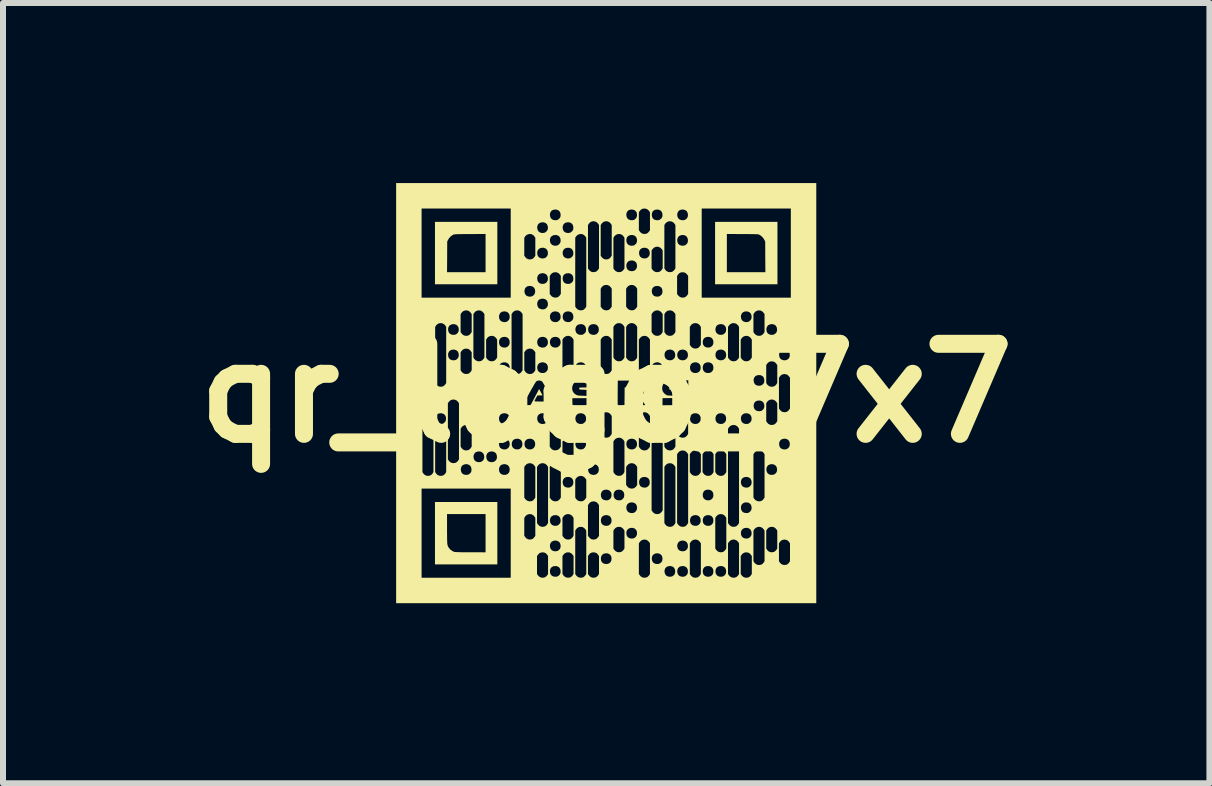
<source format=kicad_pcb>
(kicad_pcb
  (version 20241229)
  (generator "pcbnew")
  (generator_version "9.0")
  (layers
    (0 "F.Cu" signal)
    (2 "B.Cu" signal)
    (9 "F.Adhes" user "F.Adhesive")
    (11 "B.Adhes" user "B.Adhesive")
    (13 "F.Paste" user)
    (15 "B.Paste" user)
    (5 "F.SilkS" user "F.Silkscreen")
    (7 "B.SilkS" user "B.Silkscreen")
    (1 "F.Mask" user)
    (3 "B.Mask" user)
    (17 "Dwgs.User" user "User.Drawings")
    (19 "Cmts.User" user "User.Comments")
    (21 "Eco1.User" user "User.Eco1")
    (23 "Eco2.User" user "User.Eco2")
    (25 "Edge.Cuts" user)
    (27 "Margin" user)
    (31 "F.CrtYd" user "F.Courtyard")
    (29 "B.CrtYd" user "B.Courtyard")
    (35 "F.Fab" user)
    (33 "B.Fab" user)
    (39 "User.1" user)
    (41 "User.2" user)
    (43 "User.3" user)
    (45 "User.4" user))
  (footprint "qr_logo_7x7"
    (layer "F.Cu")
    (at 7.05 3.5)
    (property "Reference" "qr_logo_7x7" (at 0 0 0) (layer "F.SilkS") (effects (font (size 1.5 1.5) (thickness 0.3))))
    (attr board_only exclude_from_pos_files exclude_from_bom)
    (fp_poly (pts (xy -1.814 -2.333) (xy -1.814 -1.814) (xy -2.333 -1.814) (xy -2.853 -1.814) (xy -2.853 -2.015) (xy -2.652 -2.015) (xy -2.331 -2.015) (xy -2.01 -2.015) (xy -2.01 -2.334) (xy -2.01 -2.652) (xy -2.271 -2.65) (xy -2.331 -2.65) (xy -2.382 -2.65) (xy -2.423 -2.649) (xy -2.457 -2.649) (xy -2.483 -2.648) (xy -2.504 -2.647) (xy -2.519 -2.646) (xy -2.53 -2.645) (xy -2.539 -2.643) (xy -2.545 -2.641) (xy -2.551 -2.638) (xy -2.556 -2.636) (xy -2.589 -2.613) (xy -2.618 -2.582) (xy -2.635 -2.554) (xy -2.649 -2.526) (xy -2.65 -2.271) (xy -2.652 -2.015) (xy -2.853 -2.015) (xy -2.853 -2.333) (xy -2.853 -2.853) (xy -2.333 -2.853) (xy -1.814 -2.853)) (stroke (width 0) (type solid)) (fill yes) (layer "F.SilkS"))
    (fp_poly (pts (xy 2.853 -2.333) (xy 2.853 -1.814) (xy 2.333 -1.814) (xy 1.814 -1.814) (xy 1.814 -2.333) (xy 1.814 -2.334) (xy 2.01 -2.334) (xy 2.01 -2.015) (xy 2.331 -2.015) (xy 2.652 -2.015) (xy 2.65 -2.271) (xy 2.649 -2.526) (xy 2.635 -2.554) (xy 2.613 -2.588) (xy 2.583 -2.618) (xy 2.556 -2.636) (xy 2.55 -2.639) (xy 2.544 -2.642) (xy 2.537 -2.644) (xy 2.528 -2.645) (xy 2.516 -2.647) (xy 2.5 -2.648) (xy 2.478 -2.648) (xy 2.45 -2.649) (xy 2.415 -2.649) (xy 2.372 -2.65) (xy 2.319 -2.65) (xy 2.271 -2.65) (xy 2.01 -2.652) (xy 2.01 -2.334) (xy 1.814 -2.334) (xy 1.814 -2.853) (xy 2.333 -2.853) (xy 2.853 -2.853)) (stroke (width 0) (type solid)) (fill yes) (layer "F.SilkS"))
    (fp_poly (pts (xy -1.814 2.333) (xy -1.814 2.853) (xy -2.333 2.853) (xy -2.853 2.853) (xy -2.853 2.333) (xy -2.853 2.263) (xy -2.652 2.263) (xy -2.652 2.325) (xy -2.651 2.377) (xy -2.651 2.419) (xy -2.65 2.454) (xy -2.649 2.482) (xy -2.648 2.505) (xy -2.645 2.523) (xy -2.642 2.537) (xy -2.638 2.549) (xy -2.633 2.559) (xy -2.627 2.569) (xy -2.619 2.58) (xy -2.619 2.581) (xy -2.594 2.609) (xy -2.562 2.631) (xy -2.536 2.644) (xy -2.528 2.645) (xy -2.516 2.647) (xy -2.499 2.648) (xy -2.476 2.649) (xy -2.446 2.65) (xy -2.408 2.651) (xy -2.36 2.651) (xy -2.304 2.651) (xy -2.262 2.651) (xy -2.01 2.652) (xy -2.01 2.333) (xy -2.01 2.015) (xy -2.331 2.015) (xy -2.652 2.015) (xy -2.652 2.263) (xy -2.853 2.263) (xy -2.853 1.814) (xy -2.333 1.814) (xy -1.814 1.814)) (stroke (width 0) (type solid)) (fill yes) (layer "F.SilkS"))
    (fp_poly (pts (xy 3.5 -0.000001) (xy 3.5 3.5) (xy -0.000001 3.5) (xy -3.5 3.5) (xy -3.5 2.333) (xy -3.076 2.333) (xy -3.076 3.076) (xy -2.333 3.076) (xy -1.591 3.076) (xy -1.591 2.715) (xy -1.153 2.715) (xy -1.153 2.864) (xy -1.153 3.013) (xy -1.138 3.035) (xy -1.117 3.057) (xy -1.09 3.071) (xy -1.06 3.076) (xy -1.03 3.071) (xy -1.018 3.067) (xy -1.002 3.056) (xy -0.988 3.041) (xy -0.983 3.035) (xy -0.969 3.013) (xy -0.969 2.969) (xy -0.938 2.969) (xy -0.933 3.002) (xy -0.92 3.028) (xy -0.899 3.047) (xy -0.871 3.057) (xy -0.848 3.059) (xy -0.825 3.057) (xy -0.807 3.051) (xy -0.797 3.045) (xy -0.776 3.026) (xy -0.763 3.002) (xy -0.759 2.972) (xy -0.759 2.97) (xy -0.764 2.937) (xy -0.777 2.911) (xy -0.798 2.893) (xy -0.827 2.882) (xy -0.848 2.881) (xy -0.881 2.885) (xy -0.907 2.898) (xy -0.926 2.919) (xy -0.936 2.947) (xy -0.938 2.969) (xy -0.969 2.969) (xy -0.969 2.864) (xy -0.969 2.715) (xy -0.729 2.715) (xy -0.729 2.864) (xy -0.729 3.013) (xy -0.714 3.035) (xy -0.693 3.057) (xy -0.666 3.071) (xy -0.636 3.076) (xy -0.605 3.071) (xy -0.593 3.067) (xy -0.578 3.056) (xy -0.563 3.041) (xy -0.559 3.035) (xy -0.544 3.013) (xy -0.544 2.864) (xy -0.544 2.715) (xy -0.559 2.693) (xy -0.581 2.669) (xy -0.608 2.656) (xy -0.636 2.652) (xy -0.668 2.657) (xy -0.695 2.672) (xy -0.714 2.693) (xy -0.729 2.715) (xy -0.969 2.715) (xy -0.983 2.693) (xy -1.005 2.669) (xy -1.032 2.656) (xy -1.061 2.652) (xy -1.092 2.657) (xy -1.119 2.672) (xy -1.138 2.693) (xy -1.153 2.715) (xy -1.591 2.715) (xy -1.591 2.545) (xy -0.938 2.545) (xy -0.933 2.578) (xy -0.92 2.604) (xy -0.899 2.622) (xy -0.871 2.633) (xy -0.848 2.635) (xy -0.825 2.633) (xy -0.807 2.627) (xy -0.797 2.621) (xy -0.776 2.602) (xy -0.763 2.578) (xy -0.759 2.548) (xy -0.759 2.546) (xy -0.764 2.513) (xy -0.777 2.487) (xy -0.798 2.469) (xy -0.827 2.458) (xy -0.848 2.456) (xy -0.881 2.461) (xy -0.907 2.474) (xy -0.926 2.495) (xy -0.936 2.523) (xy -0.938 2.545) (xy -1.591 2.545) (xy -1.591 2.333) (xy -1.591 2.079) (xy -1.365 2.079) (xy -1.365 2.227) (xy -1.365 2.376) (xy -1.35 2.398) (xy -1.329 2.421) (xy -1.302 2.435) (xy -1.272 2.44) (xy -1.242 2.435) (xy -1.23 2.43) (xy -1.215 2.42) (xy -1.2 2.404) (xy -1.196 2.399) (xy -1.181 2.376) (xy -1.181 2.227) (xy -1.181 2.079) (xy -1.196 2.056) (xy -1.217 2.033) (xy -1.245 2.019) (xy -1.273 2.015) (xy -1.304 2.02) (xy -1.331 2.035) (xy -1.35 2.056) (xy -1.365 2.079) (xy -1.591 2.079) (xy -1.591 1.591) (xy -2.333 1.591) (xy -3.076 1.591) (xy -3.076 2.333) (xy -3.5 2.333) (xy -3.5 0.594) (xy -3.062 0.594) (xy -3.062 0.955) (xy -3.062 1.315) (xy -3.047 1.338) (xy -3.026 1.36) (xy -2.999 1.374) (xy -2.97 1.379) (xy -2.939 1.374) (xy -2.927 1.37) (xy -2.912 1.359) (xy -2.897 1.344) (xy -2.893 1.338) (xy -2.878 1.315) (xy -2.878 0.955) (xy -2.878 0.806) (xy -2.85 0.806) (xy -2.85 1.061) (xy -2.85 1.315) (xy -2.835 1.338) (xy -2.814 1.36) (xy -2.787 1.374) (xy -2.757 1.379) (xy -2.727 1.374) (xy -2.715 1.37) (xy -2.7 1.359) (xy -2.685 1.344) (xy -2.68 1.338) (xy -2.666 1.315) (xy -2.666 1.272) (xy -2.423 1.272) (xy -2.418 1.305) (xy -2.405 1.331) (xy -2.384 1.35) (xy -2.356 1.36) (xy -2.333 1.362) (xy -2.31 1.36) (xy -2.292 1.354) (xy -2.282 1.348) (xy -2.26 1.329) (xy -2.248 1.305) (xy -2.244 1.275) (xy -2.244 1.273) (xy -2.244 1.272) (xy -1.786 1.272) (xy -1.782 1.305) (xy -1.769 1.331) (xy -1.747 1.35) (xy -1.719 1.36) (xy -1.697 1.362) (xy -1.674 1.36) (xy -1.656 1.354) (xy -1.645 1.348) (xy -1.624 1.329) (xy -1.612 1.305) (xy -1.608 1.275) (xy -1.608 1.273) (xy -1.612 1.24) (xy -1.618 1.23) (xy -1.365 1.23) (xy -1.365 1.485) (xy -1.365 1.74) (xy -1.35 1.762) (xy -1.329 1.784) (xy -1.302 1.798) (xy -1.272 1.803) (xy -1.242 1.799) (xy -1.23 1.794) (xy -1.215 1.783) (xy -1.2 1.768) (xy -1.196 1.762) (xy -1.181 1.74) (xy -1.181 1.485) (xy -1.181 1.23) (xy -1.153 1.23) (xy -1.153 1.697) (xy -1.153 2.164) (xy -1.138 2.186) (xy -1.117 2.209) (xy -1.09 2.223) (xy -1.06 2.228) (xy -1.03 2.223) (xy -1.018 2.218) (xy -1.002 2.208) (xy -0.988 2.192) (xy -0.983 2.186) (xy -0.969 2.164) (xy -0.969 2.121) (xy -0.938 2.121) (xy -0.933 2.153) (xy -0.92 2.18) (xy -0.899 2.198) (xy -0.871 2.209) (xy -0.848 2.211) (xy -0.825 2.209) (xy -0.807 2.203) (xy -0.797 2.197) (xy -0.776 2.177) (xy -0.763 2.154) (xy -0.759 2.124) (xy -0.759 2.121) (xy -0.764 2.089) (xy -0.769 2.079) (xy -0.729 2.079) (xy -0.729 2.227) (xy -0.729 2.376) (xy -0.714 2.398) (xy -0.693 2.421) (xy -0.666 2.435) (xy -0.636 2.44) (xy -0.605 2.435) (xy -0.593 2.43) (xy -0.578 2.42) (xy -0.563 2.404) (xy -0.559 2.399) (xy -0.544 2.376) (xy -0.544 2.291) (xy -0.516 2.291) (xy -0.516 2.652) (xy -0.516 3.013) (xy -0.502 3.035) (xy -0.481 3.057) (xy -0.454 3.071) (xy -0.424 3.076) (xy -0.393 3.071) (xy -0.381 3.067) (xy -0.366 3.056) (xy -0.351 3.041) (xy -0.347 3.035) (xy -0.332 3.013) (xy -0.332 2.715) (xy -0.304 2.715) (xy -0.304 2.864) (xy -0.304 3.013) (xy -0.289 3.035) (xy -0.268 3.057) (xy -0.242 3.071) (xy -0.212 3.076) (xy -0.181 3.071) (xy -0.169 3.067) (xy -0.154 3.056) (xy -0.139 3.041) (xy -0.135 3.035) (xy -0.12 3.013) (xy -0.12 2.864) (xy -0.12 2.757) (xy -0.089 2.757) (xy -0.085 2.79) (xy -0.072 2.816) (xy -0.05 2.835) (xy -0.022 2.845) (xy 0.000099 2.847) (xy 0.023 2.845) (xy 0.041 2.839) (xy 0.052 2.833) (xy 0.073 2.814) (xy 0.085 2.79) (xy 0.089 2.76) (xy 0.089 2.758) (xy 0.085 2.725) (xy 0.071 2.699) (xy 0.05 2.681) (xy 0.022 2.67) (xy 0.000099 2.668) (xy -0.033 2.673) (xy -0.059 2.686) (xy -0.077 2.707) (xy -0.087 2.735) (xy -0.089 2.757) (xy -0.12 2.757) (xy -0.12 2.715) (xy -0.135 2.693) (xy -0.156 2.669) (xy -0.184 2.656) (xy -0.212 2.652) (xy -0.244 2.657) (xy -0.271 2.672) (xy -0.289 2.693) (xy -0.304 2.715) (xy -0.332 2.715) (xy -0.332 2.652) (xy -0.332 2.291) (xy -0.347 2.268) (xy -0.369 2.245) (xy -0.396 2.231) (xy -0.424 2.227) (xy -0.456 2.232) (xy -0.483 2.247) (xy -0.502 2.268) (xy -0.516 2.291) (xy -0.544 2.291) (xy -0.544 2.227) (xy -0.544 2.079) (xy -0.559 2.056) (xy -0.581 2.033) (xy -0.608 2.019) (xy -0.636 2.015) (xy -0.668 2.02) (xy -0.695 2.035) (xy -0.714 2.056) (xy -0.729 2.079) (xy -0.769 2.079) (xy -0.777 2.063) (xy -0.798 2.044) (xy -0.827 2.034) (xy -0.848 2.032) (xy -0.881 2.037) (xy -0.907 2.05) (xy -0.926 2.071) (xy -0.936 2.099) (xy -0.938 2.121) (xy -0.969 2.121) (xy -0.969 1.867) (xy -0.304 1.867) (xy -0.304 2.121) (xy -0.304 2.376) (xy -0.289 2.398) (xy -0.268 2.421) (xy -0.242 2.435) (xy -0.212 2.44) (xy -0.181 2.435) (xy -0.169 2.43) (xy -0.154 2.42) (xy -0.139 2.404) (xy -0.135 2.399) (xy -0.12 2.376) (xy -0.12 2.291) (xy 0.12 2.291) (xy 0.12 2.44) (xy 0.12 2.588) (xy 0.135 2.611) (xy 0.156 2.633) (xy 0.183 2.647) (xy 0.212 2.652) (xy 0.243 2.647) (xy 0.255 2.642) (xy 0.27 2.632) (xy 0.285 2.616) (xy 0.289 2.611) (xy 0.304 2.588) (xy 0.304 2.503) (xy 0.544 2.503) (xy 0.544 2.758) (xy 0.544 3.013) (xy 0.559 3.035) (xy 0.58 3.057) (xy 0.607 3.071) (xy 0.637 3.076) (xy 0.667 3.071) (xy 0.679 3.067) (xy 0.695 3.056) (xy 0.709 3.041) (xy 0.714 3.035) (xy 0.729 3.013) (xy 0.729 2.969) (xy 0.971 2.969) (xy 0.976 3.002) (xy 0.989 3.028) (xy 1.01 3.047) (xy 1.039 3.057) (xy 1.061 3.059) (xy 1.084 3.057) (xy 1.102 3.051) (xy 1.112 3.045) (xy 1.134 3.026) (xy 1.146 3.002) (xy 1.15 2.972) (xy 1.15 2.97) (xy 1.15 2.969) (xy 1.183 2.969) (xy 1.188 3.002) (xy 1.201 3.028) (xy 1.222 3.047) (xy 1.251 3.057) (xy 1.273 3.059) (xy 1.296 3.057) (xy 1.314 3.051) (xy 1.324 3.045) (xy 1.346 3.026) (xy 1.358 3.002) (xy 1.362 2.972) (xy 1.362 2.97) (xy 1.357 2.937) (xy 1.344 2.911) (xy 1.323 2.893) (xy 1.294 2.882) (xy 1.273 2.881) (xy 1.24 2.885) (xy 1.214 2.898) (xy 1.196 2.919) (xy 1.185 2.947) (xy 1.183 2.969) (xy 1.15 2.969) (xy 1.145 2.937) (xy 1.132 2.911) (xy 1.111 2.893) (xy 1.082 2.882) (xy 1.061 2.881) (xy 1.028 2.885) (xy 1.002 2.898) (xy 0.983 2.919) (xy 0.973 2.947) (xy 0.971 2.969) (xy 0.729 2.969) (xy 0.729 2.758) (xy 0.729 2.757) (xy 0.759 2.757) (xy 0.764 2.79) (xy 0.777 2.816) (xy 0.798 2.835) (xy 0.826 2.845) (xy 0.849 2.847) (xy 0.872 2.845) (xy 0.89 2.839) (xy 0.9 2.833) (xy 0.922 2.814) (xy 0.934 2.79) (xy 0.938 2.76) (xy 0.938 2.758) (xy 0.933 2.725) (xy 0.92 2.699) (xy 0.899 2.681) (xy 0.87 2.67) (xy 0.849 2.668) (xy 0.816 2.673) (xy 0.79 2.686) (xy 0.771 2.707) (xy 0.761 2.735) (xy 0.759 2.757) (xy 0.729 2.757) (xy 0.729 2.545) (xy 1.183 2.545) (xy 1.188 2.578) (xy 1.201 2.604) (xy 1.222 2.622) (xy 1.251 2.633) (xy 1.273 2.635) (xy 1.296 2.633) (xy 1.314 2.627) (xy 1.324 2.621) (xy 1.346 2.602) (xy 1.358 2.578) (xy 1.362 2.548) (xy 1.362 2.546) (xy 1.357 2.513) (xy 1.352 2.503) (xy 1.393 2.503) (xy 1.393 2.758) (xy 1.393 3.013) (xy 1.408 3.035) (xy 1.429 3.057) (xy 1.455 3.071) (xy 1.485 3.076) (xy 1.516 3.071) (xy 1.528 3.067) (xy 1.543 3.056) (xy 1.558 3.041) (xy 1.562 3.035) (xy 1.577 3.013) (xy 1.577 2.969) (xy 1.608 2.969) (xy 1.612 3.002) (xy 1.626 3.028) (xy 1.647 3.047) (xy 1.675 3.057) (xy 1.697 3.059) (xy 1.72 3.057) (xy 1.738 3.051) (xy 1.749 3.045) (xy 1.77 3.026) (xy 1.782 3.002) (xy 1.786 2.972) (xy 1.786 2.97) (xy 1.786 2.969) (xy 1.82 2.969) (xy 1.824 3.002) (xy 1.838 3.028) (xy 1.859 3.047) (xy 1.887 3.057) (xy 1.909 3.059) (xy 1.932 3.057) (xy 1.95 3.051) (xy 1.961 3.045) (xy 1.982 3.026) (xy 1.994 3.002) (xy 1.998 2.972) (xy 1.999 2.97) (xy 1.994 2.937) (xy 1.981 2.911) (xy 1.959 2.893) (xy 1.931 2.882) (xy 1.909 2.881) (xy 1.876 2.885) (xy 1.85 2.898) (xy 1.832 2.919) (xy 1.822 2.947) (xy 1.82 2.969) (xy 1.786 2.969) (xy 1.782 2.937) (xy 1.768 2.911) (xy 1.747 2.893) (xy 1.719 2.882) (xy 1.697 2.881) (xy 1.664 2.885) (xy 1.638 2.898) (xy 1.62 2.919) (xy 1.61 2.947) (xy 1.608 2.969) (xy 1.577 2.969) (xy 1.577 2.758) (xy 1.577 2.503) (xy 1.562 2.48) (xy 1.541 2.458) (xy 1.516 2.444) (xy 1.488 2.439) (xy 1.459 2.443) (xy 1.433 2.455) (xy 1.411 2.476) (xy 1.408 2.48) (xy 1.393 2.503) (xy 1.352 2.503) (xy 1.344 2.487) (xy 1.323 2.469) (xy 1.294 2.458) (xy 1.273 2.456) (xy 1.24 2.461) (xy 1.214 2.474) (xy 1.196 2.495) (xy 1.185 2.523) (xy 1.183 2.545) (xy 0.729 2.545) (xy 0.729 2.503) (xy 0.714 2.48) (xy 0.693 2.458) (xy 0.667 2.444) (xy 0.639 2.439) (xy 0.611 2.443) (xy 0.584 2.455) (xy 0.563 2.476) (xy 0.559 2.48) (xy 0.544 2.503) (xy 0.304 2.503) (xy 0.304 2.44) (xy 0.304 2.333) (xy 0.335 2.333) (xy 0.34 2.366) (xy 0.353 2.392) (xy 0.374 2.41) (xy 0.402 2.421) (xy 0.424 2.423) (xy 0.448 2.421) (xy 0.466 2.415) (xy 0.476 2.409) (xy 0.497 2.389) (xy 0.509 2.366) (xy 0.514 2.336) (xy 0.514 2.333) (xy 0.509 2.301) (xy 0.496 2.275) (xy 0.474 2.256) (xy 0.446 2.246) (xy 0.424 2.244) (xy 0.392 2.249) (xy 0.366 2.262) (xy 0.347 2.283) (xy 0.337 2.311) (xy 0.335 2.333) (xy 0.304 2.333) (xy 0.304 2.291) (xy 0.289 2.268) (xy 0.268 2.245) (xy 0.24 2.231) (xy 0.212 2.227) (xy 0.18 2.232) (xy 0.154 2.247) (xy 0.135 2.268) (xy 0.12 2.291) (xy -0.12 2.291) (xy -0.12 2.121) (xy -0.12 2.121) (xy -0.089 2.121) (xy -0.085 2.153) (xy -0.072 2.18) (xy -0.05 2.198) (xy -0.022 2.209) (xy 0.000099 2.211) (xy 0.023 2.209) (xy 0.041 2.203) (xy 0.052 2.197) (xy 0.073 2.177) (xy 0.085 2.154) (xy 0.089 2.124) (xy 0.089 2.121) (xy 0.085 2.089) (xy 0.071 2.063) (xy 0.05 2.044) (xy 0.022 2.034) (xy 0.000099 2.032) (xy -0.033 2.037) (xy -0.059 2.05) (xy -0.077 2.071) (xy -0.087 2.099) (xy -0.089 2.121) (xy -0.12 2.121) (xy -0.12 1.909) (xy 0.335 1.909) (xy 0.34 1.941) (xy 0.353 1.967) (xy 0.374 1.986) (xy 0.402 1.996) (xy 0.424 1.998) (xy 0.448 1.997) (xy 0.466 1.991) (xy 0.476 1.984) (xy 0.497 1.965) (xy 0.509 1.942) (xy 0.514 1.911) (xy 0.514 1.909) (xy 0.509 1.877) (xy 0.496 1.851) (xy 0.474 1.832) (xy 0.446 1.822) (xy 0.424 1.82) (xy 0.392 1.824) (xy 0.366 1.838) (xy 0.347 1.859) (xy 0.337 1.887) (xy 0.335 1.909) (xy -0.12 1.909) (xy -0.12 1.867) (xy -0.135 1.844) (xy -0.156 1.821) (xy -0.184 1.807) (xy -0.212 1.803) (xy -0.244 1.808) (xy -0.271 1.823) (xy -0.289 1.844) (xy -0.304 1.867) (xy -0.969 1.867) (xy -0.969 1.697) (xy -0.969 1.23) (xy -0.941 1.23) (xy -0.941 1.485) (xy -0.941 1.74) (xy -0.926 1.762) (xy -0.905 1.784) (xy -0.878 1.798) (xy -0.848 1.803) (xy -0.818 1.799) (xy -0.806 1.794) (xy -0.79 1.783) (xy -0.775 1.768) (xy -0.771 1.762) (xy -0.756 1.74) (xy -0.756 1.485) (xy -0.756 1.484) (xy -0.726 1.484) (xy -0.721 1.517) (xy -0.708 1.543) (xy -0.687 1.562) (xy -0.658 1.572) (xy -0.636 1.574) (xy -0.613 1.573) (xy -0.595 1.566) (xy -0.585 1.56) (xy -0.563 1.541) (xy -0.551 1.517) (xy -0.547 1.487) (xy -0.547 1.485) (xy -0.552 1.452) (xy -0.557 1.442) (xy -0.516 1.442) (xy -0.516 1.591) (xy -0.516 1.74) (xy -0.502 1.762) (xy -0.481 1.784) (xy -0.454 1.798) (xy -0.424 1.803) (xy -0.393 1.799) (xy -0.381 1.794) (xy -0.366 1.783) (xy -0.351 1.768) (xy -0.347 1.762) (xy -0.332 1.74) (xy -0.332 1.696) (xy -0.089 1.696) (xy -0.085 1.729) (xy -0.072 1.755) (xy -0.05 1.774) (xy -0.022 1.784) (xy 0.000099 1.786) (xy 0.023 1.785) (xy 0.041 1.779) (xy 0.052 1.772) (xy 0.073 1.753) (xy 0.085 1.729) (xy 0.089 1.699) (xy 0.089 1.697) (xy 0.089 1.696) (xy 0.123 1.696) (xy 0.127 1.729) (xy 0.141 1.755) (xy 0.162 1.774) (xy 0.19 1.784) (xy 0.212 1.786) (xy 0.235 1.785) (xy 0.253 1.779) (xy 0.264 1.772) (xy 0.285 1.753) (xy 0.297 1.729) (xy 0.301 1.699) (xy 0.301 1.697) (xy 0.297 1.664) (xy 0.283 1.639) (xy 0.262 1.62) (xy 0.234 1.61) (xy 0.212 1.608) (xy 0.179 1.612) (xy 0.153 1.625) (xy 0.135 1.646) (xy 0.125 1.675) (xy 0.123 1.696) (xy 0.089 1.696) (xy 0.085 1.664) (xy 0.071 1.639) (xy 0.05 1.62) (xy 0.022 1.61) (xy 0.000099 1.608) (xy -0.033 1.612) (xy -0.059 1.625) (xy -0.077 1.646) (xy -0.087 1.675) (xy -0.089 1.696) (xy -0.332 1.696) (xy -0.332 1.591) (xy -0.332 1.442) (xy -0.347 1.42) (xy -0.369 1.397) (xy -0.396 1.383) (xy -0.424 1.379) (xy -0.456 1.384) (xy -0.483 1.399) (xy -0.502 1.42) (xy -0.516 1.442) (xy -0.557 1.442) (xy -0.565 1.426) (xy -0.586 1.408) (xy -0.615 1.398) (xy -0.636 1.396) (xy -0.669 1.4) (xy -0.695 1.413) (xy -0.714 1.434) (xy -0.724 1.463) (xy -0.726 1.484) (xy -0.756 1.484) (xy -0.756 1.272) (xy -0.301 1.272) (xy -0.297 1.305) (xy -0.284 1.331) (xy -0.263 1.35) (xy -0.234 1.36) (xy -0.212 1.362) (xy -0.189 1.36) (xy -0.171 1.354) (xy -0.16 1.348) (xy -0.139 1.329) (xy -0.127 1.305) (xy -0.123 1.275) (xy -0.123 1.273) (xy -0.127 1.24) (xy -0.141 1.214) (xy -0.162 1.196) (xy -0.19 1.185) (xy -0.212 1.183) (xy -0.245 1.188) (xy -0.271 1.201) (xy -0.289 1.222) (xy -0.3 1.25) (xy -0.301 1.272) (xy -0.756 1.272) (xy -0.756 1.23) (xy -0.771 1.208) (xy -0.793 1.185) (xy -0.82 1.171) (xy -0.849 1.167) (xy -0.88 1.172) (xy -0.907 1.187) (xy -0.926 1.208) (xy -0.941 1.23) (xy -0.969 1.23) (xy -0.983 1.208) (xy -1.005 1.185) (xy -1.032 1.171) (xy -1.061 1.167) (xy -1.092 1.172) (xy -1.119 1.187) (xy -1.138 1.208) (xy -1.153 1.23) (xy -1.181 1.23) (xy -1.196 1.208) (xy -1.217 1.185) (xy -1.245 1.171) (xy -1.273 1.167) (xy -1.304 1.172) (xy -1.331 1.187) (xy -1.35 1.208) (xy -1.365 1.23) (xy -1.618 1.23) (xy -1.626 1.214) (xy -1.647 1.196) (xy -1.675 1.185) (xy -1.697 1.183) (xy -1.73 1.188) (xy -1.756 1.201) (xy -1.774 1.222) (xy -1.784 1.25) (xy -1.786 1.272) (xy -2.244 1.272) (xy -2.249 1.24) (xy -2.262 1.214) (xy -2.283 1.196) (xy -2.312 1.185) (xy -2.333 1.183) (xy -2.366 1.188) (xy -2.392 1.201) (xy -2.411 1.222) (xy -2.421 1.25) (xy -2.423 1.272) (xy -2.666 1.272) (xy -2.666 1.061) (xy -2.666 0.806) (xy -2.68 0.783) (xy -2.702 0.76) (xy -2.729 0.746) (xy -2.758 0.742) (xy -2.789 0.748) (xy -2.816 0.762) (xy -2.835 0.783) (xy -2.85 0.806) (xy -2.878 0.806) (xy -2.878 0.594) (xy -2.893 0.571) (xy -2.914 0.548) (xy -2.942 0.534) (xy -2.97 0.53) (xy -3.002 0.535) (xy -3.028 0.55) (xy -3.047 0.571) (xy -3.062 0.594) (xy -3.5 0.594) (xy -3.5 0.424) (xy -2.847 0.424) (xy -2.842 0.456) (xy -2.829 0.483) (xy -2.808 0.501) (xy -2.78 0.512) (xy -2.758 0.514) (xy -2.734 0.512) (xy -2.716 0.506) (xy -2.706 0.499) (xy -2.685 0.48) (xy -2.673 0.457) (xy -2.668 0.427) (xy -2.668 0.424) (xy -2.673 0.392) (xy -2.686 0.366) (xy -2.708 0.347) (xy -2.736 0.337) (xy -2.758 0.335) (xy -2.79 0.339) (xy -2.816 0.353) (xy -2.835 0.374) (xy -2.845 0.402) (xy -2.847 0.424) (xy -3.5 0.424) (xy -3.5 0.169) (xy -2.638 0.169) (xy -2.638 0.636) (xy -2.638 1.103) (xy -2.623 1.126) (xy -2.602 1.148) (xy -2.575 1.162) (xy -2.545 1.167) (xy -2.515 1.162) (xy -2.503 1.157) (xy -2.487 1.147) (xy -2.472 1.131) (xy -2.468 1.126) (xy -2.453 1.103) (xy -2.453 1.06) (xy -2.211 1.06) (xy -2.206 1.093) (xy -2.193 1.119) (xy -2.172 1.138) (xy -2.143 1.148) (xy -2.121 1.15) (xy -2.098 1.148) (xy -2.08 1.142) (xy -2.07 1.136) (xy -2.048 1.117) (xy -2.036 1.093) (xy -2.032 1.063) (xy -2.032 1.061) (xy -2.032 1.06) (xy -1.998 1.06) (xy -1.994 1.093) (xy -1.981 1.119) (xy -1.96 1.138) (xy -1.931 1.148) (xy -1.909 1.15) (xy -1.886 1.148) (xy -1.868 1.142) (xy -1.858 1.136) (xy -1.836 1.117) (xy -1.824 1.093) (xy -1.82 1.063) (xy -1.82 1.061) (xy -1.825 1.028) (xy -1.838 1.002) (xy -1.859 0.984) (xy -1.888 0.973) (xy -1.909 0.971) (xy -1.942 0.976) (xy -1.968 0.989) (xy -1.986 1.01) (xy -1.997 1.038) (xy -1.998 1.06) (xy -2.032 1.06) (xy -2.037 1.028) (xy -2.05 1.002) (xy -2.071 0.984) (xy -2.1 0.973) (xy -2.121 0.971) (xy -2.154 0.976) (xy -2.18 0.989) (xy -2.198 1.01) (xy -2.209 1.038) (xy -2.211 1.06) (xy -2.453 1.06) (xy -2.453 0.636) (xy -2.453 0.594) (xy -2.426 0.594) (xy -2.426 0.742) (xy -2.426 0.891) (xy -2.411 0.914) (xy -2.39 0.936) (xy -2.363 0.95) (xy -2.333 0.955) (xy -2.302 0.95) (xy -2.291 0.945) (xy -2.275 0.935) (xy -2.26 0.919) (xy -2.256 0.914) (xy -2.241 0.891) (xy -2.241 0.848) (xy -1.786 0.848) (xy -1.782 0.881) (xy -1.769 0.907) (xy -1.747 0.925) (xy -1.719 0.936) (xy -1.697 0.938) (xy -1.674 0.936) (xy -1.656 0.93) (xy -1.645 0.924) (xy -1.624 0.904) (xy -1.612 0.881) (xy -1.608 0.851) (xy -1.608 0.849) (xy -1.608 0.848) (xy -1.574 0.848) (xy -1.57 0.881) (xy -1.556 0.907) (xy -1.535 0.925) (xy -1.507 0.936) (xy -1.485 0.938) (xy -1.462 0.936) (xy -1.444 0.93) (xy -1.433 0.924) (xy -1.412 0.904) (xy -1.4 0.881) (xy -1.396 0.851) (xy -1.396 0.849) (xy -1.396 0.848) (xy -1.362 0.848) (xy -1.358 0.881) (xy -1.344 0.907) (xy -1.323 0.925) (xy -1.295 0.936) (xy -1.273 0.938) (xy -1.25 0.936) (xy -1.232 0.93) (xy -1.221 0.924) (xy -1.2 0.904) (xy -1.188 0.881) (xy -1.183 0.851) (xy -1.183 0.849) (xy -1.188 0.816) (xy -1.201 0.79) (xy -1.223 0.771) (xy -1.251 0.761) (xy -1.273 0.759) (xy -1.306 0.764) (xy -1.332 0.777) (xy -1.35 0.798) (xy -1.36 0.826) (xy -1.362 0.848) (xy -1.396 0.848) (xy -1.4 0.816) (xy -1.414 0.79) (xy -1.435 0.771) (xy -1.463 0.761) (xy -1.485 0.759) (xy -1.518 0.764) (xy -1.544 0.777) (xy -1.562 0.798) (xy -1.572 0.826) (xy -1.574 0.848) (xy -1.608 0.848) (xy -1.612 0.816) (xy -1.626 0.79) (xy -1.647 0.771) (xy -1.675 0.761) (xy -1.697 0.759) (xy -1.73 0.764) (xy -1.756 0.777) (xy -1.774 0.798) (xy -1.784 0.826) (xy -1.786 0.848) (xy -2.241 0.848) (xy -2.241 0.742) (xy -2.241 0.636) (xy -2.211 0.636) (xy -2.206 0.669) (xy -2.193 0.695) (xy -2.172 0.713) (xy -2.143 0.724) (xy -2.121 0.726) (xy -2.098 0.724) (xy -2.08 0.718) (xy -2.07 0.712) (xy -2.048 0.692) (xy -2.036 0.669) (xy -2.032 0.639) (xy -2.032 0.636) (xy -2.032 0.636) (xy -1.998 0.636) (xy -1.994 0.669) (xy -1.981 0.695) (xy -1.96 0.713) (xy -1.931 0.724) (xy -1.909 0.726) (xy -1.886 0.724) (xy -1.868 0.718) (xy -1.858 0.712) (xy -1.836 0.692) (xy -1.824 0.669) (xy -1.82 0.639) (xy -1.82 0.636) (xy -1.825 0.604) (xy -1.838 0.578) (xy -1.859 0.559) (xy -1.888 0.549) (xy -1.909 0.547) (xy -1.942 0.552) (xy -1.968 0.565) (xy -1.986 0.586) (xy -1.997 0.614) (xy -1.998 0.636) (xy -2.032 0.636) (xy -2.037 0.604) (xy -2.05 0.578) (xy -2.071 0.559) (xy -2.1 0.549) (xy -2.121 0.547) (xy -2.154 0.552) (xy -2.18 0.565) (xy -2.198 0.586) (xy -2.209 0.614) (xy -2.211 0.636) (xy -2.241 0.636) (xy -2.241 0.594) (xy -2.256 0.571) (xy -2.278 0.548) (xy -2.305 0.534) (xy -2.333 0.53) (xy -2.365 0.535) (xy -2.392 0.55) (xy -2.411 0.571) (xy -2.426 0.594) (xy -2.453 0.594) (xy -2.453 0.424) (xy -1.786 0.424) (xy -1.782 0.456) (xy -1.769 0.483) (xy -1.747 0.501) (xy -1.719 0.512) (xy -1.697 0.514) (xy -1.674 0.512) (xy -1.656 0.506) (xy -1.645 0.499) (xy -1.624 0.48) (xy -1.612 0.457) (xy -1.608 0.427) (xy -1.608 0.424) (xy -1.608 0.424) (xy -1.574 0.424) (xy -1.57 0.456) (xy -1.556 0.483) (xy -1.535 0.501) (xy -1.507 0.512) (xy -1.485 0.514) (xy -1.462 0.512) (xy -1.444 0.506) (xy -1.433 0.499) (xy -1.412 0.48) (xy -1.4 0.457) (xy -1.396 0.427) (xy -1.396 0.424) (xy -1.396 0.424) (xy -1.15 0.424) (xy -1.145 0.456) (xy -1.132 0.483) (xy -1.111 0.501) (xy -1.083 0.512) (xy -1.061 0.514) (xy -1.037 0.512) (xy -1.019 0.506) (xy -1.009 0.499) (xy -0.988 0.48) (xy -0.975 0.457) (xy -0.971 0.427) (xy -0.971 0.424) (xy -0.976 0.392) (xy -0.981 0.382) (xy -0.941 0.382) (xy -0.941 0.636) (xy -0.941 0.891) (xy -0.926 0.914) (xy -0.905 0.936) (xy -0.878 0.95) (xy -0.848 0.955) (xy -0.818 0.95) (xy -0.806 0.945) (xy -0.79 0.935) (xy -0.775 0.919) (xy -0.771 0.914) (xy -0.756 0.891) (xy -0.756 0.806) (xy -0.729 0.806) (xy -0.729 0.955) (xy -0.729 1.103) (xy -0.714 1.126) (xy -0.693 1.148) (xy -0.666 1.162) (xy -0.636 1.167) (xy -0.605 1.162) (xy -0.593 1.157) (xy -0.578 1.147) (xy -0.563 1.131) (xy -0.559 1.126) (xy -0.544 1.103) (xy -0.544 0.955) (xy -0.544 0.848) (xy -0.514 0.848) (xy -0.509 0.881) (xy -0.496 0.907) (xy -0.475 0.925) (xy -0.446 0.936) (xy -0.424 0.938) (xy -0.401 0.936) (xy -0.383 0.93) (xy -0.373 0.924) (xy -0.351 0.904) (xy -0.339 0.881) (xy -0.335 0.851) (xy -0.335 0.849) (xy -0.34 0.816) (xy -0.353 0.79) (xy -0.374 0.771) (xy -0.403 0.761) (xy -0.424 0.759) (xy -0.457 0.764) (xy -0.483 0.777) (xy -0.501 0.798) (xy -0.512 0.826) (xy -0.514 0.848) (xy -0.544 0.848) (xy -0.544 0.806) (xy -0.559 0.783) (xy -0.581 0.76) (xy -0.608 0.746) (xy -0.636 0.742) (xy -0.668 0.748) (xy -0.695 0.762) (xy -0.714 0.783) (xy -0.729 0.806) (xy -0.756 0.806) (xy -0.756 0.636) (xy -0.756 0.594) (xy -0.304 0.594) (xy -0.304 0.742) (xy -0.304 0.891) (xy -0.289 0.914) (xy -0.268 0.936) (xy -0.242 0.95) (xy -0.212 0.955) (xy -0.181 0.95) (xy -0.169 0.945) (xy -0.154 0.935) (xy -0.139 0.919) (xy -0.135 0.914) (xy -0.12 0.891) (xy -0.12 0.806) (xy 0.12 0.806) (xy 0.12 1.061) (xy 0.12 1.315) (xy 0.135 1.338) (xy 0.156 1.36) (xy 0.183 1.374) (xy 0.212 1.379) (xy 0.243 1.374) (xy 0.255 1.37) (xy 0.27 1.359) (xy 0.285 1.344) (xy 0.289 1.338) (xy 0.304 1.315) (xy 0.304 1.23) (xy 0.332 1.23) (xy 0.332 1.379) (xy 0.332 1.528) (xy 0.347 1.55) (xy 0.368 1.572) (xy 0.395 1.586) (xy 0.425 1.591) (xy 0.455 1.586) (xy 0.467 1.582) (xy 0.482 1.571) (xy 0.497 1.556) (xy 0.502 1.55) (xy 0.516 1.528) (xy 0.516 1.484) (xy 0.547 1.484) (xy 0.552 1.517) (xy 0.565 1.543) (xy 0.586 1.562) (xy 0.614 1.572) (xy 0.636 1.574) (xy 0.66 1.573) (xy 0.678 1.566) (xy 0.688 1.56) (xy 0.709 1.541) (xy 0.722 1.517) (xy 0.726 1.487) (xy 0.726 1.485) (xy 0.721 1.452) (xy 0.708 1.426) (xy 0.686 1.408) (xy 0.658 1.398) (xy 0.636 1.396) (xy 0.604 1.4) (xy 0.578 1.413) (xy 0.559 1.434) (xy 0.549 1.463) (xy 0.547 1.484) (xy 0.516 1.484) (xy 0.516 1.379) (xy 0.516 1.23) (xy 0.502 1.208) (xy 0.48 1.185) (xy 0.453 1.171) (xy 0.424 1.167) (xy 0.393 1.172) (xy 0.366 1.187) (xy 0.347 1.208) (xy 0.332 1.23) (xy 0.304 1.23) (xy 0.304 1.061) (xy 0.304 0.848) (xy 0.335 0.848) (xy 0.34 0.881) (xy 0.353 0.907) (xy 0.374 0.925) (xy 0.402 0.936) (xy 0.424 0.938) (xy 0.448 0.936) (xy 0.466 0.93) (xy 0.476 0.924) (xy 0.497 0.904) (xy 0.509 0.881) (xy 0.514 0.851) (xy 0.514 0.849) (xy 0.509 0.816) (xy 0.496 0.79) (xy 0.474 0.771) (xy 0.446 0.761) (xy 0.424 0.759) (xy 0.392 0.764) (xy 0.366 0.777) (xy 0.347 0.798) (xy 0.337 0.826) (xy 0.335 0.848) (xy 0.304 0.848) (xy 0.304 0.806) (xy 0.289 0.783) (xy 0.268 0.76) (xy 0.24 0.746) (xy 0.212 0.742) (xy 0.18 0.748) (xy 0.154 0.762) (xy 0.135 0.783) (xy 0.12 0.806) (xy -0.12 0.806) (xy -0.12 0.742) (xy -0.12 0.594) (xy -0.135 0.571) (xy -0.156 0.548) (xy -0.184 0.534) (xy -0.212 0.53) (xy -0.244 0.535) (xy -0.271 0.55) (xy -0.289 0.571) (xy -0.304 0.594) (xy -0.756 0.594) (xy -0.756 0.424) (xy -0.514 0.424) (xy -0.509 0.456) (xy -0.496 0.483) (xy -0.475 0.501) (xy -0.446 0.512) (xy -0.424 0.514) (xy -0.401 0.512) (xy -0.383 0.506) (xy -0.373 0.499) (xy -0.351 0.48) (xy -0.339 0.457) (xy -0.335 0.427) (xy -0.335 0.424) (xy -0.34 0.392) (xy -0.345 0.382) (xy -0.092 0.382) (xy -0.092 0.53) (xy -0.092 0.679) (xy -0.077 0.701) (xy -0.056 0.724) (xy -0.03 0.738) (xy 0.000295 0.743) (xy 0.031 0.738) (xy 0.043 0.733) (xy 0.058 0.723) (xy 0.073 0.707) (xy 0.077 0.702) (xy 0.092 0.679) (xy 0.092 0.53) (xy 0.092 0.424) (xy 0.335 0.424) (xy 0.34 0.456) (xy 0.353 0.483) (xy 0.374 0.501) (xy 0.402 0.512) (xy 0.424 0.514) (xy 0.448 0.512) (xy 0.466 0.506) (xy 0.476 0.499) (xy 0.497 0.48) (xy 0.509 0.457) (xy 0.514 0.427) (xy 0.514 0.424) (xy 0.509 0.392) (xy 0.504 0.382) (xy 0.544 0.382) (xy 0.544 0.636) (xy 0.544 0.891) (xy 0.559 0.914) (xy 0.58 0.936) (xy 0.607 0.95) (xy 0.637 0.955) (xy 0.667 0.95) (xy 0.679 0.945) (xy 0.695 0.935) (xy 0.709 0.919) (xy 0.714 0.914) (xy 0.729 0.891) (xy 0.729 0.806) (xy 0.756 0.806) (xy 0.756 1.379) (xy 0.756 1.952) (xy 0.771 1.974) (xy 0.792 1.997) (xy 0.819 2.011) (xy 0.849 2.016) (xy 0.88 2.011) (xy 0.891 2.006) (xy 0.907 1.995) (xy 0.922 1.98) (xy 0.926 1.974) (xy 0.941 1.952) (xy 0.941 1.379) (xy 0.941 1.23) (xy 0.969 1.23) (xy 0.969 1.697) (xy 0.969 2.164) (xy 0.983 2.186) (xy 1.004 2.209) (xy 1.031 2.223) (xy 1.061 2.228) (xy 1.092 2.223) (xy 1.104 2.218) (xy 1.119 2.208) (xy 1.134 2.192) (xy 1.138 2.186) (xy 1.153 2.164) (xy 1.153 1.697) (xy 1.153 1.23) (xy 1.138 1.208) (xy 1.116 1.185) (xy 1.089 1.171) (xy 1.061 1.167) (xy 1.029 1.172) (xy 1.002 1.187) (xy 0.983 1.208) (xy 0.969 1.23) (xy 0.941 1.23) (xy 0.941 1.018) (xy 1.181 1.018) (xy 1.181 1.591) (xy 1.181 2.164) (xy 1.195 2.186) (xy 1.217 2.209) (xy 1.243 2.223) (xy 1.273 2.228) (xy 1.304 2.223) (xy 1.316 2.218) (xy 1.331 2.208) (xy 1.346 2.192) (xy 1.35 2.186) (xy 1.365 2.164) (xy 1.365 2.121) (xy 1.396 2.121) (xy 1.4 2.153) (xy 1.413 2.18) (xy 1.435 2.198) (xy 1.463 2.209) (xy 1.485 2.211) (xy 1.508 2.209) (xy 1.526 2.203) (xy 1.537 2.197) (xy 1.558 2.177) (xy 1.57 2.154) (xy 1.574 2.124) (xy 1.574 2.121) (xy 1.574 2.121) (xy 1.608 2.121) (xy 1.612 2.153) (xy 1.626 2.18) (xy 1.647 2.198) (xy 1.675 2.209) (xy 1.697 2.211) (xy 1.72 2.209) (xy 1.738 2.203) (xy 1.749 2.197) (xy 1.77 2.177) (xy 1.782 2.154) (xy 1.786 2.124) (xy 1.786 2.121) (xy 1.782 2.089) (xy 1.777 2.079) (xy 1.817 2.079) (xy 1.817 2.333) (xy 1.817 2.588) (xy 1.832 2.611) (xy 1.853 2.633) (xy 1.88 2.647) (xy 1.909 2.652) (xy 1.94 2.647) (xy 1.952 2.642) (xy 1.967 2.632) (xy 1.982 2.616) (xy 1.986 2.611) (xy 2.001 2.588) (xy 2.001 2.503) (xy 2.029 2.503) (xy 2.029 2.758) (xy 2.029 3.013) (xy 2.044 3.035) (xy 2.065 3.057) (xy 2.092 3.071) (xy 2.122 3.076) (xy 2.152 3.071) (xy 2.164 3.067) (xy 2.18 3.056) (xy 2.194 3.041) (xy 2.199 3.035) (xy 2.213 3.013) (xy 2.213 2.758) (xy 2.213 2.715) (xy 2.241 2.715) (xy 2.241 2.864) (xy 2.241 3.013) (xy 2.256 3.035) (xy 2.277 3.057) (xy 2.304 3.071) (xy 2.334 3.076) (xy 2.364 3.071) (xy 2.376 3.067) (xy 2.392 3.056) (xy 2.407 3.041) (xy 2.411 3.035) (xy 2.426 3.013) (xy 2.426 2.864) (xy 2.426 2.715) (xy 2.411 2.693) (xy 2.389 2.669) (xy 2.362 2.656) (xy 2.333 2.652) (xy 2.302 2.657) (xy 2.275 2.672) (xy 2.256 2.693) (xy 2.241 2.715) (xy 2.213 2.715) (xy 2.213 2.503) (xy 2.199 2.48) (xy 2.178 2.458) (xy 2.152 2.444) (xy 2.124 2.439) (xy 2.096 2.443) (xy 2.069 2.455) (xy 2.048 2.476) (xy 2.044 2.48) (xy 2.029 2.503) (xy 2.001 2.503) (xy 2.001 2.333) (xy 2.001 2.333) (xy 2.244 2.333) (xy 2.249 2.366) (xy 2.262 2.392) (xy 2.283 2.41) (xy 2.311 2.421) (xy 2.334 2.423) (xy 2.357 2.421) (xy 2.375 2.415) (xy 2.385 2.409) (xy 2.406 2.389) (xy 2.419 2.366) (xy 2.423 2.336) (xy 2.423 2.333) (xy 2.418 2.301) (xy 2.413 2.291) (xy 2.453 2.291) (xy 2.453 2.546) (xy 2.453 2.8) (xy 2.468 2.823) (xy 2.489 2.845) (xy 2.516 2.859) (xy 2.546 2.864) (xy 2.577 2.859) (xy 2.588 2.855) (xy 2.604 2.844) (xy 2.619 2.829) (xy 2.623 2.823) (xy 2.638 2.8) (xy 2.638 2.546) (xy 2.638 2.291) (xy 2.666 2.291) (xy 2.666 2.44) (xy 2.666 2.588) (xy 2.68 2.611) (xy 2.701 2.633) (xy 2.728 2.647) (xy 2.758 2.652) (xy 2.789 2.647) (xy 2.801 2.642) (xy 2.816 2.632) (xy 2.831 2.616) (xy 2.835 2.611) (xy 2.85 2.588) (xy 2.85 2.503) (xy 2.878 2.503) (xy 2.878 2.652) (xy 2.878 2.8) (xy 2.893 2.823) (xy 2.914 2.845) (xy 2.94 2.859) (xy 2.97 2.864) (xy 3.001 2.859) (xy 3.013 2.855) (xy 3.028 2.844) (xy 3.043 2.829) (xy 3.047 2.823) (xy 3.062 2.8) (xy 3.062 2.652) (xy 3.062 2.503) (xy 3.047 2.48) (xy 3.026 2.457) (xy 2.998 2.444) (xy 2.97 2.44) (xy 2.938 2.445) (xy 2.911 2.46) (xy 2.893 2.48) (xy 2.878 2.503) (xy 2.85 2.503) (xy 2.85 2.44) (xy 2.85 2.291) (xy 2.835 2.268) (xy 2.813 2.245) (xy 2.786 2.231) (xy 2.758 2.227) (xy 2.726 2.232) (xy 2.699 2.247) (xy 2.68 2.268) (xy 2.666 2.291) (xy 2.638 2.291) (xy 2.623 2.268) (xy 2.602 2.246) (xy 2.576 2.232) (xy 2.548 2.227) (xy 2.52 2.231) (xy 2.494 2.243) (xy 2.472 2.263) (xy 2.468 2.268) (xy 2.453 2.291) (xy 2.413 2.291) (xy 2.405 2.275) (xy 2.383 2.256) (xy 2.355 2.246) (xy 2.334 2.244) (xy 2.301 2.249) (xy 2.275 2.262) (xy 2.256 2.283) (xy 2.246 2.311) (xy 2.244 2.333) (xy 2.001 2.333) (xy 2.001 2.079) (xy 1.986 2.056) (xy 1.965 2.033) (xy 1.937 2.019) (xy 1.909 2.015) (xy 1.877 2.02) (xy 1.851 2.035) (xy 1.832 2.056) (xy 1.817 2.079) (xy 1.777 2.079) (xy 1.768 2.063) (xy 1.747 2.044) (xy 1.719 2.034) (xy 1.697 2.032) (xy 1.664 2.037) (xy 1.638 2.05) (xy 1.62 2.071) (xy 1.61 2.099) (xy 1.608 2.121) (xy 1.574 2.121) (xy 1.57 2.089) (xy 1.556 2.063) (xy 1.535 2.044) (xy 1.507 2.034) (xy 1.485 2.032) (xy 1.452 2.037) (xy 1.426 2.05) (xy 1.408 2.071) (xy 1.398 2.099) (xy 1.396 2.121) (xy 1.365 2.121) (xy 1.365 1.696) (xy 1.608 1.696) (xy 1.612 1.729) (xy 1.626 1.755) (xy 1.647 1.774) (xy 1.675 1.784) (xy 1.697 1.786) (xy 1.72 1.785) (xy 1.738 1.779) (xy 1.749 1.772) (xy 1.77 1.753) (xy 1.782 1.729) (xy 1.786 1.699) (xy 1.786 1.697) (xy 1.782 1.664) (xy 1.768 1.639) (xy 1.747 1.62) (xy 1.719 1.61) (xy 1.697 1.608) (xy 1.664 1.612) (xy 1.638 1.625) (xy 1.62 1.646) (xy 1.61 1.675) (xy 1.608 1.696) (xy 1.365 1.696) (xy 1.365 1.591) (xy 1.365 1.018) (xy 1.393 1.018) (xy 1.393 1.167) (xy 1.393 1.315) (xy 1.408 1.338) (xy 1.429 1.36) (xy 1.455 1.374) (xy 1.485 1.379) (xy 1.516 1.374) (xy 1.528 1.37) (xy 1.543 1.359) (xy 1.558 1.344) (xy 1.562 1.338) (xy 1.577 1.315) (xy 1.577 1.167) (xy 1.577 1.018) (xy 1.605 1.018) (xy 1.605 1.167) (xy 1.605 1.315) (xy 1.62 1.338) (xy 1.641 1.36) (xy 1.667 1.374) (xy 1.697 1.379) (xy 1.728 1.374) (xy 1.74 1.37) (xy 1.755 1.359) (xy 1.77 1.344) (xy 1.774 1.338) (xy 1.789 1.315) (xy 1.789 1.167) (xy 1.789 1.018) (xy 1.817 1.018) (xy 1.817 1.167) (xy 1.817 1.315) (xy 1.832 1.338) (xy 1.853 1.36) (xy 1.88 1.374) (xy 1.909 1.379) (xy 1.94 1.374) (xy 1.952 1.37) (xy 1.967 1.359) (xy 1.982 1.344) (xy 1.986 1.338) (xy 2.001 1.315) (xy 2.001 1.167) (xy 2.001 1.018) (xy 1.986 0.996) (xy 1.965 0.972) (xy 1.937 0.959) (xy 1.909 0.955) (xy 1.877 0.96) (xy 1.851 0.975) (xy 1.832 0.996) (xy 1.817 1.018) (xy 1.789 1.018) (xy 1.774 0.996) (xy 1.753 0.972) (xy 1.725 0.959) (xy 1.697 0.955) (xy 1.665 0.96) (xy 1.639 0.975) (xy 1.62 0.996) (xy 1.605 1.018) (xy 1.577 1.018) (xy 1.562 0.996) (xy 1.541 0.972) (xy 1.513 0.959) (xy 1.485 0.955) (xy 1.453 0.96) (xy 1.426 0.975) (xy 1.408 0.996) (xy 1.393 1.018) (xy 1.365 1.018) (xy 1.35 0.996) (xy 1.328 0.972) (xy 1.301 0.959) (xy 1.273 0.955) (xy 1.241 0.96) (xy 1.214 0.975) (xy 1.196 0.996) (xy 1.181 1.018) (xy 0.941 1.018) (xy 0.941 0.806) (xy 0.926 0.783) (xy 0.904 0.76) (xy 0.877 0.746) (xy 0.849 0.742) (xy 0.817 0.748) (xy 0.79 0.762) (xy 0.771 0.783) (xy 0.756 0.806) (xy 0.729 0.806) (xy 0.729 0.636) (xy 0.729 0.594) (xy 0.969 0.594) (xy 0.969 0.742) (xy 0.969 0.891) (xy 0.983 0.914) (xy 1.004 0.936) (xy 1.031 0.95) (xy 1.061 0.955) (xy 1.092 0.95) (xy 1.104 0.945) (xy 1.119 0.935) (xy 1.134 0.919) (xy 1.138 0.914) (xy 1.153 0.891) (xy 1.153 0.742) (xy 1.153 0.594) (xy 1.138 0.571) (xy 1.116 0.548) (xy 1.089 0.534) (xy 1.061 0.53) (xy 1.029 0.535) (xy 1.002 0.55) (xy 0.983 0.571) (xy 0.969 0.594) (xy 0.729 0.594) (xy 0.729 0.382) (xy 1.181 0.382) (xy 1.181 0.53) (xy 1.181 0.679) (xy 1.195 0.701) (xy 1.217 0.724) (xy 1.243 0.738) (xy 1.273 0.743) (xy 1.304 0.738) (xy 1.316 0.733) (xy 1.331 0.723) (xy 1.346 0.707) (xy 1.35 0.702) (xy 1.365 0.679) (xy 1.365 0.594) (xy 2.029 0.594) (xy 2.029 1.379) (xy 2.029 2.164) (xy 2.044 2.186) (xy 2.065 2.209) (xy 2.092 2.223) (xy 2.122 2.228) (xy 2.152 2.223) (xy 2.164 2.218) (xy 2.18 2.208) (xy 2.194 2.192) (xy 2.199 2.186) (xy 2.213 2.164) (xy 2.213 1.909) (xy 2.244 1.909) (xy 2.249 1.941) (xy 2.262 1.967) (xy 2.283 1.986) (xy 2.311 1.996) (xy 2.334 1.998) (xy 2.357 1.997) (xy 2.375 1.991) (xy 2.385 1.984) (xy 2.406 1.965) (xy 2.419 1.942) (xy 2.423 1.911) (xy 2.423 1.909) (xy 2.418 1.877) (xy 2.405 1.851) (xy 2.383 1.832) (xy 2.355 1.822) (xy 2.334 1.82) (xy 2.301 1.824) (xy 2.275 1.838) (xy 2.256 1.859) (xy 2.246 1.887) (xy 2.244 1.909) (xy 2.213 1.909) (xy 2.213 1.484) (xy 2.244 1.484) (xy 2.249 1.517) (xy 2.262 1.543) (xy 2.283 1.562) (xy 2.311 1.572) (xy 2.334 1.574) (xy 2.357 1.573) (xy 2.375 1.566) (xy 2.385 1.56) (xy 2.406 1.541) (xy 2.419 1.517) (xy 2.423 1.487) (xy 2.423 1.485) (xy 2.418 1.452) (xy 2.405 1.426) (xy 2.383 1.408) (xy 2.355 1.398) (xy 2.334 1.396) (xy 2.301 1.4) (xy 2.275 1.413) (xy 2.256 1.434) (xy 2.246 1.463) (xy 2.244 1.484) (xy 2.213 1.484) (xy 2.213 1.379) (xy 2.213 1.018) (xy 2.453 1.018) (xy 2.453 1.379) (xy 2.453 1.74) (xy 2.468 1.762) (xy 2.489 1.784) (xy 2.516 1.798) (xy 2.546 1.803) (xy 2.577 1.799) (xy 2.588 1.794) (xy 2.604 1.783) (xy 2.619 1.768) (xy 2.623 1.762) (xy 2.638 1.74) (xy 2.638 1.379) (xy 2.638 1.272) (xy 2.668 1.272) (xy 2.673 1.305) (xy 2.686 1.331) (xy 2.707 1.35) (xy 2.736 1.36) (xy 2.758 1.362) (xy 2.781 1.36) (xy 2.799 1.354) (xy 2.809 1.348) (xy 2.831 1.329) (xy 2.843 1.305) (xy 2.847 1.275) (xy 2.847 1.273) (xy 2.842 1.24) (xy 2.829 1.214) (xy 2.808 1.196) (xy 2.779 1.185) (xy 2.758 1.183) (xy 2.725 1.188) (xy 2.699 1.201) (xy 2.681 1.222) (xy 2.67 1.25) (xy 2.668 1.272) (xy 2.638 1.272) (xy 2.638 1.018) (xy 2.623 0.996) (xy 2.601 0.972) (xy 2.574 0.959) (xy 2.546 0.955) (xy 2.514 0.96) (xy 2.487 0.975) (xy 2.468 0.996) (xy 2.453 1.018) (xy 2.213 1.018) (xy 2.213 0.848) (xy 2.244 0.848) (xy 2.249 0.881) (xy 2.262 0.907) (xy 2.283 0.925) (xy 2.311 0.936) (xy 2.334 0.938) (xy 2.357 0.936) (xy 2.375 0.93) (xy 2.385 0.924) (xy 2.406 0.904) (xy 2.419 0.881) (xy 2.423 0.851) (xy 2.423 0.849) (xy 2.423 0.848) (xy 2.881 0.848) (xy 2.885 0.881) (xy 2.898 0.907) (xy 2.919 0.925) (xy 2.948 0.936) (xy 2.97 0.938) (xy 2.993 0.936) (xy 3.011 0.93) (xy 3.022 0.924) (xy 3.043 0.904) (xy 3.055 0.881) (xy 3.059 0.851) (xy 3.059 0.849) (xy 3.055 0.816) (xy 3.041 0.79) (xy 3.02 0.771) (xy 2.992 0.761) (xy 2.97 0.759) (xy 2.937 0.764) (xy 2.911 0.777) (xy 2.893 0.798) (xy 2.882 0.826) (xy 2.881 0.848) (xy 2.423 0.848) (xy 2.418 0.816) (xy 2.405 0.79) (xy 2.383 0.771) (xy 2.355 0.761) (xy 2.334 0.759) (xy 2.301 0.764) (xy 2.275 0.777) (xy 2.256 0.798) (xy 2.246 0.826) (xy 2.244 0.848) (xy 2.213 0.848) (xy 2.213 0.594) (xy 2.199 0.571) (xy 2.178 0.549) (xy 2.152 0.535) (xy 2.124 0.53) (xy 2.096 0.534) (xy 2.069 0.546) (xy 2.048 0.566) (xy 2.044 0.571) (xy 2.029 0.594) (xy 1.365 0.594) (xy 1.365 0.53) (xy 1.365 0.424) (xy 1.396 0.424) (xy 1.4 0.456) (xy 1.413 0.483) (xy 1.435 0.501) (xy 1.463 0.512) (xy 1.485 0.514) (xy 1.508 0.512) (xy 1.526 0.506) (xy 1.537 0.499) (xy 1.558 0.48) (xy 1.57 0.457) (xy 1.574 0.427) (xy 1.574 0.424) (xy 1.574 0.424) (xy 1.82 0.424) (xy 1.824 0.456) (xy 1.838 0.483) (xy 1.859 0.501) (xy 1.887 0.512) (xy 1.909 0.514) (xy 1.932 0.512) (xy 1.95 0.506) (xy 1.961 0.499) (xy 1.982 0.48) (xy 1.994 0.457) (xy 1.998 0.427) (xy 1.999 0.424) (xy 1.998 0.424) (xy 2.244 0.424) (xy 2.249 0.456) (xy 2.262 0.483) (xy 2.283 0.501) (xy 2.311 0.512) (xy 2.334 0.514) (xy 2.357 0.512) (xy 2.375 0.506) (xy 2.385 0.499) (xy 2.406 0.48) (xy 2.419 0.457) (xy 2.423 0.427) (xy 2.423 0.424) (xy 2.418 0.392) (xy 2.405 0.366) (xy 2.383 0.347) (xy 2.355 0.337) (xy 2.334 0.335) (xy 2.301 0.339) (xy 2.275 0.353) (xy 2.256 0.374) (xy 2.246 0.402) (xy 2.244 0.424) (xy 1.998 0.424) (xy 1.994 0.392) (xy 1.981 0.366) (xy 1.959 0.347) (xy 1.931 0.337) (xy 1.909 0.335) (xy 1.876 0.339) (xy 1.85 0.353) (xy 1.832 0.374) (xy 1.822 0.402) (xy 1.82 0.424) (xy 1.574 0.424) (xy 1.57 0.392) (xy 1.556 0.366) (xy 1.535 0.347) (xy 1.507 0.337) (xy 1.485 0.335) (xy 1.452 0.339) (xy 1.426 0.353) (xy 1.408 0.374) (xy 1.398 0.402) (xy 1.396 0.424) (xy 1.365 0.424) (xy 1.365 0.382) (xy 1.35 0.359) (xy 1.328 0.336) (xy 1.301 0.322) (xy 1.273 0.318) (xy 1.241 0.323) (xy 1.214 0.338) (xy 1.196 0.359) (xy 1.181 0.382) (xy 0.729 0.382) (xy 0.714 0.359) (xy 0.692 0.336) (xy 0.665 0.322) (xy 0.636 0.318) (xy 0.605 0.323) (xy 0.578 0.338) (xy 0.559 0.359) (xy 0.544 0.382) (xy 0.504 0.382) (xy 0.496 0.366) (xy 0.474 0.347) (xy 0.446 0.337) (xy 0.424 0.335) (xy 0.392 0.339) (xy 0.366 0.353) (xy 0.347 0.374) (xy 0.337 0.402) (xy 0.335 0.424) (xy 0.092 0.424) (xy 0.092 0.382) (xy 0.077 0.359) (xy 0.056 0.336) (xy 0.028 0.322) (xy -0.000001 0.318) (xy -0.032 0.323) (xy -0.059 0.338) (xy -0.077 0.359) (xy -0.092 0.382) (xy -0.345 0.382) (xy -0.353 0.366) (xy -0.374 0.347) (xy -0.403 0.337) (xy -0.424 0.335) (xy -0.457 0.339) (xy -0.483 0.353) (xy -0.501 0.374) (xy -0.512 0.402) (xy -0.514 0.424) (xy -0.756 0.424) (xy -0.756 0.382) (xy -0.771 0.359) (xy -0.793 0.336) (xy -0.82 0.322) (xy -0.849 0.318) (xy -0.88 0.323) (xy -0.907 0.338) (xy -0.926 0.359) (xy -0.941 0.382) (xy -0.981 0.382) (xy -0.989 0.366) (xy -1.011 0.347) (xy -1.039 0.337) (xy -1.061 0.335) (xy -1.093 0.339) (xy -1.119 0.353) (xy -1.138 0.374) (xy -1.148 0.402) (xy -1.15 0.424) (xy -1.396 0.424) (xy -1.4 0.392) (xy -1.414 0.366) (xy -1.435 0.347) (xy -1.463 0.337) (xy -1.485 0.335) (xy -1.518 0.339) (xy -1.544 0.353) (xy -1.562 0.374) (xy -1.572 0.402) (xy -1.574 0.424) (xy -1.608 0.424) (xy -1.612 0.392) (xy -1.626 0.366) (xy -1.647 0.347) (xy -1.675 0.337) (xy -1.697 0.335) (xy -1.73 0.339) (xy -1.756 0.353) (xy -1.774 0.374) (xy -1.784 0.402) (xy -1.786 0.424) (xy -2.453 0.424) (xy -2.453 0.211) (xy 2.456 0.211) (xy 2.461 0.244) (xy 2.474 0.27) (xy 2.495 0.289) (xy 2.524 0.299) (xy 2.546 0.301) (xy 2.569 0.3) (xy 2.587 0.294) (xy 2.597 0.287) (xy 2.619 0.268) (xy 2.631 0.244) (xy 2.635 0.214) (xy 2.635 0.212) (xy 2.63 0.18) (xy 2.625 0.169) (xy 2.666 0.169) (xy 2.666 0.318) (xy 2.666 0.467) (xy 2.68 0.489) (xy 2.701 0.512) (xy 2.728 0.526) (xy 2.758 0.531) (xy 2.789 0.526) (xy 2.801 0.521) (xy 2.816 0.51) (xy 2.831 0.495) (xy 2.835 0.489) (xy 2.85 0.467) (xy 2.85 0.318) (xy 2.85 0.169) (xy 2.835 0.147) (xy 2.813 0.124) (xy 2.786 0.11) (xy 2.758 0.106) (xy 2.726 0.111) (xy 2.699 0.126) (xy 2.68 0.147) (xy 2.666 0.169) (xy 2.625 0.169) (xy 2.617 0.154) (xy 2.596 0.135) (xy 2.567 0.125) (xy 2.546 0.123) (xy 2.513 0.127) (xy 2.487 0.14) (xy 2.468 0.161) (xy 2.458 0.19) (xy 2.456 0.211) (xy -2.453 0.211) (xy -2.453 0.194) (xy -1.384 0.194) (xy -1.382 0.197) (xy -1.373 0.199) (xy -1.356 0.2) (xy -1.33 0.2) (xy -1.322 0.2) (xy -1.26 0.198) (xy -1.228 0.14) (xy -1.213 0.112) (xy -1.195 0.078) (xy -1.177 0.043) (xy -1.159 0.009) (xy -1.157 0.006) (xy -1.118 -0.069) (xy -1.089 -0.016) (xy -1.061 0.036) (xy -1.104 0.038) (xy -1.147 0.039) (xy -1.171 0.083) (xy -1.182 0.103) (xy -1.19 0.12) (xy -1.194 0.131) (xy -1.195 0.133) (xy -1.19 0.136) (xy -1.177 0.138) (xy -1.155 0.139) (xy -1.122 0.139) (xy -1.1 0.14) (xy -1.006 0.14) (xy -0.99 0.169) (xy -0.974 0.198) (xy -0.914 0.2) (xy -0.887 0.2) (xy -0.869 0.2) (xy -0.859 0.198) (xy -0.855 0.196) (xy -0.854 0.193) (xy -0.857 0.186) (xy -0.864 0.171) (xy -0.876 0.148) (xy -0.891 0.12) (xy -0.908 0.087) (xy -0.928 0.051) (xy -0.948 0.014) (xy -0.969 -0.024) (xy -0.99 -0.062) (xy -0.996 -0.072) (xy -0.568 -0.072) (xy -0.56 -0.037) (xy -0.543 -0.007) (xy -0.516 0.018) (xy -0.499 0.028) (xy -0.489 0.033) (xy -0.48 0.036) (xy -0.468 0.039) (xy -0.453 0.041) (xy -0.433 0.042) (xy -0.406 0.043) (xy -0.37 0.044) (xy -0.361 0.045) (xy -0.322 0.046) (xy -0.293 0.047) (xy -0.273 0.048) (xy -0.259 0.05) (xy -0.25 0.052) (xy -0.245 0.055) (xy -0.244 0.057) (xy -0.241 0.068) (xy -0.245 0.075) (xy -0.249 0.078) (xy -0.255 0.08) (xy -0.265 0.081) (xy -0.28 0.082) (xy -0.302 0.083) (xy -0.331 0.083) (xy -0.369 0.084) (xy -0.408 0.084) (xy -0.564 0.084) (xy -0.564 0.139) (xy -0.563 0.162) (xy -0.562 0.182) (xy -0.561 0.194) (xy -0.56 0.198) (xy -0.553 0.198) (xy -0.537 0.199) (xy -0.513 0.2) (xy -0.481 0.2) (xy -0.444 0.2) (xy -0.403 0.2) (xy -0.388 0.2) (xy -0.34 0.199) (xy -0.302 0.199) (xy -0.273 0.198) (xy -0.251 0.197) (xy -0.234 0.196) (xy -0.221 0.195) (xy -0.212 0.192) (xy -0.204 0.19) (xy -0.196 0.186) (xy -0.192 0.184) (xy -0.164 0.164) (xy -0.143 0.137) (xy -0.131 0.107) (xy -0.127 0.078) (xy 0.191 0.078) (xy 0.191 0.116) (xy 0.191 0.148) (xy 0.191 0.172) (xy 0.192 0.188) (xy 0.192 0.194) (xy 0.197 0.198) (xy 0.209 0.2) (xy 0.228 0.2) (xy 0.25 0.2) (xy 0.304 0.198) (xy 0.306 0.052) (xy 0.307 -0.095) (xy 0.397 -0.095) (xy 0.43 -0.095) (xy 0.454 -0.094) (xy 0.471 -0.094) (xy 0.482 -0.092) (xy 0.49 -0.089) (xy 0.496 -0.085) (xy 0.5 -0.081) (xy 0.511 -0.063) (xy 0.513 -0.042) (xy 0.508 -0.028) (xy 0.5 -0.019) (xy 0.486 -0.013) (xy 0.465 -0.009) (xy 0.435 -0.006) (xy 0.398 -0.006) (xy 0.329 -0.006) (xy 0.329 0.047) (xy 0.329 0.1) (xy 0.378 0.101) (xy 0.427 0.101) (xy 0.466 0.151) (xy 0.504 0.201) (xy 0.576 0.201) (xy 0.607 0.201) (xy 0.629 0.2) (xy 0.642 0.198) (xy 0.647 0.195) (xy 0.648 0.194) (xy 0.644 0.187) (xy 0.635 0.174) (xy 0.621 0.156) (xy 0.604 0.136) (xy 0.603 0.135) (xy 0.586 0.115) (xy 0.572 0.098) (xy 0.562 0.086) (xy 0.558 0.081) (xy 0.558 0.081) (xy 0.562 0.076) (xy 0.572 0.066) (xy 0.583 0.055) (xy 0.608 0.026) (xy 0.623 -0.008) (xy 0.63 -0.044) (xy 0.628 -0.081) (xy 0.628 -0.082) (xy 0.932 -0.082) (xy 0.936 -0.048) (xy 0.943 -0.031) (xy 0.956 -0.009) (xy 0.976 0.012) (xy 0.999 0.029) (xy 1.01 0.035) (xy 1.02 0.037) (xy 1.039 0.039) (xy 1.065 0.041) (xy 1.097 0.043) (xy 1.132 0.044) (xy 1.139 0.044) (xy 1.253 0.047) (xy 1.253 0.064) (xy 1.253 0.081) (xy 1.096 0.082) (xy 0.938 0.084) (xy 0.938 0.143) (xy 0.938 0.202) (xy 1.11 0.2) (xy 1.158 0.199) (xy 1.197 0.199) (xy 1.227 0.198) (xy 1.25 0.197) (xy 1.267 0.196) (xy 1.279 0.195) (xy 1.288 0.193) (xy 1.296 0.19) (xy 1.303 0.187) (xy 1.305 0.186) (xy 1.322 0.175) (xy 1.337 0.164) (xy 1.34 0.16) (xy 1.36 0.133) (xy 1.37 0.1) (xy 1.373 0.066) (xy 1.366 0.032) (xy 1.352 0.000191) (xy 1.336 -0.019) (xy 1.325 -0.03) (xy 1.313 -0.038) (xy 1.3 -0.044) (xy 1.284 -0.048) (xy 1.262 -0.051) (xy 1.234 -0.054) (xy 1.198 -0.055) (xy 1.167 -0.056) (xy 1.052 -0.059) (xy 1.052 -0.075) (xy 1.052 -0.092) (xy 1.21 -0.094) (xy 1.368 -0.095) (xy 1.368 -0.154) (xy 1.368 -0.213) (xy 2.456 -0.213) (xy 2.461 -0.18) (xy 2.474 -0.154) (xy 2.495 -0.135) (xy 2.524 -0.125) (xy 2.546 -0.123) (xy 2.569 -0.125) (xy 2.587 -0.131) (xy 2.597 -0.137) (xy 2.619 -0.156) (xy 2.631 -0.18) (xy 2.635 -0.21) (xy 2.635 -0.212) (xy 2.63 -0.245) (xy 2.617 -0.271) (xy 2.596 -0.289) (xy 2.567 -0.3) (xy 2.546 -0.301) (xy 2.513 -0.297) (xy 2.487 -0.284) (xy 2.468 -0.263) (xy 2.458 -0.235) (xy 2.456 -0.213) (xy 1.368 -0.213) (xy 1.368 -0.213) (xy 1.199 -0.211) (xy 1.147 -0.21) (xy 1.105 -0.21) (xy 1.072 -0.208) (xy 1.046 -0.206) (xy 1.025 -0.204) (xy 1.01 -0.2) (xy 0.997 -0.195) (xy 0.986 -0.189) (xy 0.976 -0.181) (xy 0.969 -0.174) (xy 0.949 -0.148) (xy 0.937 -0.117) (xy 0.932 -0.082) (xy 0.628 -0.082) (xy 0.618 -0.116) (xy 0.6 -0.148) (xy 0.574 -0.175) (xy 0.54 -0.196) (xy 0.54 -0.196) (xy 0.531 -0.2) (xy 0.523 -0.203) (xy 0.513 -0.205) (xy 0.501 -0.207) (xy 0.484 -0.208) (xy 0.462 -0.209) (xy 0.434 -0.209) (xy 0.397 -0.209) (xy 0.352 -0.209) (xy 0.193 -0.209) (xy 0.191 -0.011) (xy 0.191 0.035) (xy 0.191 0.078) (xy -0.127 0.078) (xy -0.126 0.074) (xy -0.13 0.042) (xy -0.142 0.011) (xy -0.162 -0.016) (xy -0.188 -0.037) (xy -0.198 -0.043) (xy -0.206 -0.047) (xy -0.216 -0.05) (xy -0.228 -0.052) (xy -0.245 -0.053) (xy -0.268 -0.054) (xy -0.3 -0.054) (xy -0.327 -0.055) (xy -0.365 -0.056) (xy -0.398 -0.057) (xy -0.423 -0.059) (xy -0.439 -0.061) (xy -0.445 -0.063) (xy -0.451 -0.073) (xy -0.45 -0.085) (xy -0.443 -0.092) (xy -0.436 -0.092) (xy -0.418 -0.093) (xy -0.393 -0.094) (xy -0.361 -0.094) (xy -0.324 -0.095) (xy -0.285 -0.095) (xy -0.24 -0.095) (xy -0.204 -0.095) (xy -0.178 -0.096) (xy -0.158 -0.097) (xy -0.145 -0.098) (xy -0.137 -0.099) (xy -0.133 -0.102) (xy -0.132 -0.104) (xy -0.13 -0.115) (xy -0.129 -0.133) (xy -0.129 -0.154) (xy -0.129 -0.176) (xy -0.131 -0.194) (xy -0.133 -0.205) (xy -0.133 -0.206) (xy -0.137 -0.208) (xy -0.144 -0.209) (xy -0.158 -0.211) (xy -0.177 -0.211) (xy -0.204 -0.212) (xy -0.24 -0.212) (xy -0.286 -0.211) (xy -0.305 -0.211) (xy -0.352 -0.211) (xy -0.39 -0.21) (xy -0.42 -0.209) (xy -0.442 -0.209) (xy -0.459 -0.207) (xy -0.471 -0.206) (xy -0.48 -0.203) (xy -0.488 -0.201) (xy -0.496 -0.197) (xy -0.499 -0.195) (xy -0.53 -0.175) (xy -0.551 -0.147) (xy -0.564 -0.113) (xy -0.565 -0.11) (xy -0.568 -0.072) (xy -0.996 -0.072) (xy -1.01 -0.097) (xy -1.028 -0.129) (xy -1.044 -0.156) (xy -1.056 -0.176) (xy -1.065 -0.19) (xy -1.068 -0.194) (xy -1.086 -0.205) (xy -1.109 -0.21) (xy -1.134 -0.209) (xy -1.155 -0.203) (xy -1.161 -0.199) (xy -1.167 -0.193) (xy -1.174 -0.184) (xy -1.183 -0.17) (xy -1.195 -0.152) (xy -1.209 -0.127) (xy -1.227 -0.095) (xy -1.25 -0.056) (xy -1.276 -0.008) (xy -1.279 -0.003) (xy -1.302 0.039) (xy -1.324 0.079) (xy -1.343 0.114) (xy -1.359 0.144) (xy -1.372 0.169) (xy -1.38 0.185) (xy -1.384 0.194) (xy -1.384 0.194) (xy -2.453 0.194) (xy -2.453 0.169) (xy -2.468 0.147) (xy -2.49 0.124) (xy -2.517 0.11) (xy -2.546 0.106) (xy -2.577 0.111) (xy -2.604 0.126) (xy -2.623 0.147) (xy -2.638 0.169) (xy -3.5 0.169) (xy -3.5 -0.000001) (xy -3.5 -0.637) (xy -3.059 -0.637) (xy -3.055 -0.604) (xy -3.041 -0.578) (xy -3.02 -0.56) (xy -2.992 -0.549) (xy -2.97 -0.547) (xy -2.947 -0.549) (xy -2.929 -0.555) (xy -2.918 -0.561) (xy -2.897 -0.58) (xy -2.885 -0.604) (xy -2.881 -0.634) (xy -2.881 -0.636) (xy -2.885 -0.669) (xy -2.899 -0.695) (xy -2.92 -0.713) (xy -2.948 -0.724) (xy -2.97 -0.726) (xy -3.003 -0.721) (xy -3.029 -0.708) (xy -3.047 -0.687) (xy -3.057 -0.659) (xy -3.059 -0.637) (xy -3.5 -0.637) (xy -3.5 -1.103) (xy -2.85 -1.103) (xy -2.85 -0.636) (xy -2.85 -0.169) (xy -2.835 -0.147) (xy -2.814 -0.125) (xy -2.787 -0.111) (xy -2.757 -0.106) (xy -2.727 -0.111) (xy -2.715 -0.115) (xy -2.7 -0.126) (xy -2.685 -0.141) (xy -2.68 -0.147) (xy -2.666 -0.169) (xy -2.666 -0.636) (xy -2.666 -0.637) (xy -2.635 -0.637) (xy -2.63 -0.604) (xy -2.617 -0.578) (xy -2.596 -0.56) (xy -2.568 -0.549) (xy -2.545 -0.547) (xy -2.522 -0.549) (xy -2.504 -0.555) (xy -2.494 -0.561) (xy -2.473 -0.58) (xy -2.46 -0.604) (xy -2.456 -0.634) (xy -2.456 -0.636) (xy -2.461 -0.669) (xy -2.466 -0.679) (xy -2.426 -0.679) (xy -2.426 -0.53) (xy -2.426 -0.382) (xy -2.411 -0.359) (xy -2.39 -0.337) (xy -2.363 -0.323) (xy -2.333 -0.318) (xy -2.302 -0.323) (xy -2.291 -0.327) (xy -2.275 -0.338) (xy -2.26 -0.353) (xy -2.256 -0.359) (xy -2.241 -0.382) (xy -2.241 -0.425) (xy -1.786 -0.425) (xy -1.782 -0.392) (xy -1.769 -0.366) (xy -1.747 -0.347) (xy -1.719 -0.337) (xy -1.697 -0.335) (xy -1.674 -0.337) (xy -1.656 -0.343) (xy -1.645 -0.349) (xy -1.624 -0.368) (xy -1.612 -0.392) (xy -1.608 -0.422) (xy -1.608 -0.424) (xy -1.612 -0.457) (xy -1.626 -0.483) (xy -1.647 -0.501) (xy -1.675 -0.512) (xy -1.697 -0.514) (xy -1.73 -0.509) (xy -1.756 -0.496) (xy -1.774 -0.475) (xy -1.784 -0.447) (xy -1.786 -0.425) (xy -2.241 -0.425) (xy -2.241 -0.53) (xy -2.241 -0.679) (xy -2.256 -0.702) (xy -2.278 -0.725) (xy -2.305 -0.738) (xy -2.333 -0.742) (xy -2.365 -0.737) (xy -2.392 -0.722) (xy -2.411 -0.702) (xy -2.426 -0.679) (xy -2.466 -0.679) (xy -2.474 -0.695) (xy -2.496 -0.713) (xy -2.524 -0.724) (xy -2.545 -0.726) (xy -2.578 -0.721) (xy -2.604 -0.708) (xy -2.623 -0.687) (xy -2.633 -0.659) (xy -2.635 -0.637) (xy -2.666 -0.637) (xy -2.666 -1.061) (xy -2.635 -1.061) (xy -2.63 -1.029) (xy -2.617 -1.002) (xy -2.596 -0.984) (xy -2.568 -0.973) (xy -2.545 -0.971) (xy -2.522 -0.973) (xy -2.504 -0.979) (xy -2.494 -0.985) (xy -2.473 -1.005) (xy -2.46 -1.028) (xy -2.456 -1.058) (xy -2.456 -1.061) (xy -2.461 -1.093) (xy -2.474 -1.119) (xy -2.496 -1.138) (xy -2.524 -1.148) (xy -2.545 -1.15) (xy -2.578 -1.145) (xy -2.604 -1.132) (xy -2.623 -1.111) (xy -2.633 -1.083) (xy -2.635 -1.061) (xy -2.666 -1.061) (xy -2.666 -1.103) (xy -2.68 -1.126) (xy -2.701 -1.148) (xy -2.727 -1.162) (xy -2.755 -1.167) (xy -2.783 -1.164) (xy -2.81 -1.151) (xy -2.832 -1.131) (xy -2.835 -1.126) (xy -2.85 -1.103) (xy -3.5 -1.103) (xy -3.5 -1.315) (xy -2.426 -1.315) (xy -2.426 -1.167) (xy -2.426 -1.018) (xy -2.411 -0.996) (xy -2.39 -0.973) (xy -2.363 -0.959) (xy -2.333 -0.954) (xy -2.302 -0.959) (xy -2.291 -0.964) (xy -2.275 -0.974) (xy -2.26 -0.99) (xy -2.256 -0.996) (xy -2.241 -1.018) (xy -2.241 -1.167) (xy -2.241 -1.315) (xy -2.213 -1.315) (xy -2.213 -0.955) (xy -2.213 -0.594) (xy -2.199 -0.571) (xy -2.178 -0.549) (xy -2.151 -0.535) (xy -2.121 -0.53) (xy -2.09 -0.535) (xy -2.078 -0.54) (xy -2.063 -0.55) (xy -2.048 -0.566) (xy -2.044 -0.571) (xy -2.029 -0.594) (xy -2.029 -0.891) (xy -2.001 -0.891) (xy -2.001 -0.742) (xy -2.001 -0.594) (xy -1.987 -0.571) (xy -1.965 -0.549) (xy -1.939 -0.535) (xy -1.909 -0.53) (xy -1.878 -0.535) (xy -1.866 -0.54) (xy -1.851 -0.55) (xy -1.836 -0.566) (xy -1.832 -0.571) (xy -1.817 -0.594) (xy -1.817 -0.742) (xy -1.817 -0.849) (xy -1.786 -0.849) (xy -1.782 -0.816) (xy -1.769 -0.79) (xy -1.747 -0.772) (xy -1.719 -0.761) (xy -1.697 -0.759) (xy -1.674 -0.761) (xy -1.656 -0.767) (xy -1.645 -0.773) (xy -1.624 -0.793) (xy -1.612 -0.816) (xy -1.608 -0.846) (xy -1.608 -0.849) (xy -1.612 -0.881) (xy -1.626 -0.907) (xy -1.647 -0.926) (xy -1.675 -0.936) (xy -1.697 -0.938) (xy -1.73 -0.933) (xy -1.756 -0.92) (xy -1.774 -0.899) (xy -1.784 -0.871) (xy -1.786 -0.849) (xy -1.817 -0.849) (xy -1.817 -0.891) (xy -1.832 -0.914) (xy -1.853 -0.937) (xy -1.881 -0.951) (xy -1.909 -0.955) (xy -1.941 -0.949) (xy -1.968 -0.935) (xy -1.986 -0.914) (xy -2.001 -0.891) (xy -2.029 -0.891) (xy -2.029 -0.955) (xy -2.029 -1.273) (xy -1.786 -1.273) (xy -1.782 -1.241) (xy -1.769 -1.215) (xy -1.747 -1.196) (xy -1.719 -1.186) (xy -1.697 -1.183) (xy -1.674 -1.185) (xy -1.656 -1.191) (xy -1.645 -1.198) (xy -1.624 -1.217) (xy -1.612 -1.24) (xy -1.608 -1.27) (xy -1.608 -1.273) (xy -1.612 -1.305) (xy -1.618 -1.315) (xy -1.577 -1.315) (xy -1.577 -0.849) (xy -1.577 -0.382) (xy -1.562 -0.359) (xy -1.541 -0.337) (xy -1.515 -0.323) (xy -1.485 -0.318) (xy -1.454 -0.323) (xy -1.442 -0.327) (xy -1.427 -0.338) (xy -1.412 -0.353) (xy -1.408 -0.359) (xy -1.393 -0.382) (xy -1.393 -0.679) (xy -1.365 -0.679) (xy -1.365 -0.53) (xy -1.365 -0.382) (xy -1.35 -0.359) (xy -1.329 -0.337) (xy -1.302 -0.323) (xy -1.272 -0.318) (xy -1.242 -0.323) (xy -1.23 -0.327) (xy -1.215 -0.338) (xy -1.2 -0.353) (xy -1.196 -0.359) (xy -1.181 -0.382) (xy -1.181 -0.425) (xy -1.15 -0.425) (xy -1.145 -0.392) (xy -1.132 -0.366) (xy -1.111 -0.347) (xy -1.083 -0.337) (xy -1.061 -0.335) (xy -1.037 -0.337) (xy -1.019 -0.343) (xy -1.009 -0.349) (xy -0.988 -0.368) (xy -0.975 -0.392) (xy -0.971 -0.422) (xy -0.971 -0.424) (xy -0.976 -0.457) (xy -0.989 -0.483) (xy -1.011 -0.501) (xy -1.039 -0.512) (xy -1.061 -0.514) (xy -1.093 -0.509) (xy -1.119 -0.496) (xy -1.138 -0.475) (xy -1.148 -0.447) (xy -1.15 -0.425) (xy -1.181 -0.425) (xy -1.181 -0.53) (xy -1.181 -0.679) (xy -1.196 -0.702) (xy -1.217 -0.725) (xy -1.245 -0.738) (xy -1.273 -0.742) (xy -1.304 -0.737) (xy -1.331 -0.722) (xy -1.35 -0.702) (xy -1.365 -0.679) (xy -1.393 -0.679) (xy -1.393 -0.849) (xy -1.393 -0.849) (xy -1.15 -0.849) (xy -1.145 -0.816) (xy -1.132 -0.79) (xy -1.111 -0.772) (xy -1.083 -0.761) (xy -1.061 -0.759) (xy -1.037 -0.761) (xy -1.019 -0.767) (xy -1.009 -0.773) (xy -0.988 -0.793) (xy -0.975 -0.816) (xy -0.971 -0.846) (xy -0.971 -0.849) (xy -0.971 -0.849) (xy -0.938 -0.849) (xy -0.933 -0.816) (xy -0.92 -0.79) (xy -0.899 -0.772) (xy -0.871 -0.761) (xy -0.848 -0.759) (xy -0.825 -0.761) (xy -0.807 -0.767) (xy -0.797 -0.773) (xy -0.776 -0.793) (xy -0.763 -0.816) (xy -0.759 -0.846) (xy -0.759 -0.849) (xy -0.764 -0.881) (xy -0.769 -0.891) (xy -0.729 -0.891) (xy -0.729 -0.636) (xy -0.729 -0.382) (xy -0.714 -0.359) (xy -0.693 -0.337) (xy -0.666 -0.323) (xy -0.636 -0.318) (xy -0.605 -0.323) (xy -0.593 -0.327) (xy -0.578 -0.338) (xy -0.563 -0.353) (xy -0.559 -0.359) (xy -0.544 -0.382) (xy -0.544 -0.425) (xy -0.514 -0.425) (xy -0.509 -0.392) (xy -0.496 -0.366) (xy -0.475 -0.347) (xy -0.446 -0.337) (xy -0.424 -0.335) (xy -0.401 -0.337) (xy -0.383 -0.343) (xy -0.373 -0.349) (xy -0.351 -0.368) (xy -0.339 -0.392) (xy -0.335 -0.422) (xy -0.335 -0.424) (xy -0.34 -0.457) (xy -0.353 -0.483) (xy -0.374 -0.501) (xy -0.403 -0.512) (xy -0.424 -0.514) (xy -0.457 -0.509) (xy -0.483 -0.496) (xy -0.501 -0.475) (xy -0.512 -0.447) (xy -0.514 -0.425) (xy -0.544 -0.425) (xy -0.544 -0.636) (xy -0.544 -0.891) (xy -0.092 -0.891) (xy -0.092 -0.636) (xy -0.092 -0.382) (xy -0.077 -0.359) (xy -0.056 -0.337) (xy -0.03 -0.323) (xy 0.000295 -0.318) (xy 0.031 -0.323) (xy 0.043 -0.327) (xy 0.058 -0.338) (xy 0.073 -0.353) (xy 0.077 -0.359) (xy 0.092 -0.382) (xy 0.092 -0.636) (xy 0.092 -0.891) (xy 0.077 -0.914) (xy 0.056 -0.936) (xy 0.031 -0.95) (xy 0.003 -0.955) (xy -0.026 -0.951) (xy -0.052 -0.939) (xy -0.074 -0.919) (xy -0.077 -0.914) (xy -0.092 -0.891) (xy -0.544 -0.891) (xy -0.559 -0.914) (xy -0.58 -0.936) (xy -0.606 -0.95) (xy -0.634 -0.955) (xy -0.662 -0.951) (xy -0.688 -0.939) (xy -0.71 -0.919) (xy -0.714 -0.914) (xy -0.729 -0.891) (xy -0.769 -0.891) (xy -0.777 -0.907) (xy -0.798 -0.926) (xy -0.827 -0.936) (xy -0.848 -0.938) (xy -0.881 -0.933) (xy -0.907 -0.92) (xy -0.926 -0.899) (xy -0.936 -0.871) (xy -0.938 -0.849) (xy -0.971 -0.849) (xy -0.976 -0.881) (xy -0.989 -0.907) (xy -1.011 -0.926) (xy -1.039 -0.936) (xy -1.061 -0.938) (xy -1.093 -0.933) (xy -1.119 -0.92) (xy -1.138 -0.899) (xy -1.148 -0.871) (xy -1.15 -0.849) (xy -1.393 -0.849) (xy -1.393 -1.061) (xy -0.514 -1.061) (xy -0.509 -1.029) (xy -0.496 -1.002) (xy -0.475 -0.984) (xy -0.446 -0.973) (xy -0.424 -0.971) (xy -0.401 -0.973) (xy -0.383 -0.979) (xy -0.373 -0.985) (xy -0.351 -1.005) (xy -0.339 -1.028) (xy -0.335 -1.058) (xy -0.335 -1.061) (xy -0.335 -1.061) (xy -0.301 -1.061) (xy -0.297 -1.029) (xy -0.284 -1.002) (xy -0.263 -0.984) (xy -0.234 -0.973) (xy -0.212 -0.971) (xy -0.189 -0.973) (xy -0.171 -0.979) (xy -0.16 -0.985) (xy -0.139 -1.005) (xy -0.127 -1.028) (xy -0.123 -1.058) (xy -0.123 -1.061) (xy -0.127 -1.093) (xy -0.133 -1.103) (xy 0.12 -1.103) (xy 0.12 -0.849) (xy 0.12 -0.594) (xy 0.135 -0.571) (xy 0.156 -0.549) (xy 0.183 -0.535) (xy 0.212 -0.53) (xy 0.243 -0.535) (xy 0.255 -0.54) (xy 0.27 -0.55) (xy 0.285 -0.566) (xy 0.289 -0.571) (xy 0.304 -0.594) (xy 0.304 -0.849) (xy 0.304 -1.103) (xy 0.332 -1.103) (xy 0.332 -0.849) (xy 0.332 -0.594) (xy 0.347 -0.571) (xy 0.368 -0.549) (xy 0.395 -0.535) (xy 0.425 -0.53) (xy 0.455 -0.535) (xy 0.467 -0.54) (xy 0.482 -0.55) (xy 0.497 -0.566) (xy 0.502 -0.571) (xy 0.516 -0.594) (xy 0.516 -0.849) (xy 0.516 -0.891) (xy 0.544 -0.891) (xy 0.544 -0.636) (xy 0.544 -0.382) (xy 0.559 -0.359) (xy 0.58 -0.337) (xy 0.607 -0.323) (xy 0.637 -0.318) (xy 0.667 -0.323) (xy 0.679 -0.327) (xy 0.695 -0.338) (xy 0.709 -0.353) (xy 0.714 -0.359) (xy 0.729 -0.382) (xy 0.729 -0.425) (xy 0.759 -0.425) (xy 0.764 -0.392) (xy 0.777 -0.366) (xy 0.798 -0.347) (xy 0.826 -0.337) (xy 0.849 -0.335) (xy 0.872 -0.337) (xy 0.89 -0.343) (xy 0.9 -0.349) (xy 0.922 -0.368) (xy 0.934 -0.392) (xy 0.938 -0.422) (xy 0.938 -0.424) (xy 0.938 -0.425) (xy 1.396 -0.425) (xy 1.4 -0.392) (xy 1.413 -0.366) (xy 1.435 -0.347) (xy 1.463 -0.337) (xy 1.485 -0.335) (xy 1.508 -0.337) (xy 1.526 -0.343) (xy 1.537 -0.349) (xy 1.558 -0.368) (xy 1.57 -0.392) (xy 1.574 -0.422) (xy 1.574 -0.424) (xy 1.574 -0.425) (xy 1.608 -0.425) (xy 1.612 -0.392) (xy 1.626 -0.366) (xy 1.647 -0.347) (xy 1.675 -0.337) (xy 1.697 -0.335) (xy 1.72 -0.337) (xy 1.738 -0.343) (xy 1.749 -0.349) (xy 1.77 -0.368) (xy 1.782 -0.392) (xy 1.786 -0.422) (xy 1.786 -0.424) (xy 1.782 -0.457) (xy 1.777 -0.467) (xy 2.666 -0.467) (xy 2.666 -0.318) (xy 2.666 -0.169) (xy 2.68 -0.147) (xy 2.701 -0.125) (xy 2.728 -0.111) (xy 2.758 -0.106) (xy 2.789 -0.111) (xy 2.801 -0.115) (xy 2.816 -0.126) (xy 2.831 -0.141) (xy 2.835 -0.147) (xy 2.85 -0.169) (xy 2.85 -0.255) (xy 2.878 -0.255) (xy 2.878 -0.000001) (xy 2.878 0.255) (xy 2.893 0.277) (xy 2.914 0.3) (xy 2.94 0.314) (xy 2.97 0.318) (xy 3.001 0.314) (xy 3.013 0.309) (xy 3.028 0.298) (xy 3.043 0.283) (xy 3.047 0.277) (xy 3.062 0.255) (xy 3.062 -0.000001) (xy 3.062 -0.255) (xy 3.047 -0.277) (xy 3.026 -0.3) (xy 2.998 -0.314) (xy 2.97 -0.318) (xy 2.938 -0.313) (xy 2.911 -0.298) (xy 2.893 -0.277) (xy 2.878 -0.255) (xy 2.85 -0.255) (xy 2.85 -0.318) (xy 2.85 -0.467) (xy 2.835 -0.489) (xy 2.813 -0.513) (xy 2.786 -0.526) (xy 2.758 -0.53) (xy 2.726 -0.525) (xy 2.699 -0.51) (xy 2.68 -0.489) (xy 2.666 -0.467) (xy 1.777 -0.467) (xy 1.768 -0.483) (xy 1.747 -0.501) (xy 1.719 -0.512) (xy 1.697 -0.514) (xy 1.664 -0.509) (xy 1.638 -0.496) (xy 1.62 -0.475) (xy 1.61 -0.447) (xy 1.608 -0.425) (xy 1.574 -0.425) (xy 1.57 -0.457) (xy 1.556 -0.483) (xy 1.535 -0.501) (xy 1.507 -0.512) (xy 1.485 -0.514) (xy 1.452 -0.509) (xy 1.426 -0.496) (xy 1.408 -0.475) (xy 1.398 -0.447) (xy 1.396 -0.425) (xy 0.938 -0.425) (xy 0.933 -0.457) (xy 0.92 -0.483) (xy 0.899 -0.501) (xy 0.87 -0.512) (xy 0.849 -0.514) (xy 0.816 -0.509) (xy 0.79 -0.496) (xy 0.771 -0.475) (xy 0.761 -0.447) (xy 0.759 -0.425) (xy 0.729 -0.425) (xy 0.729 -0.636) (xy 0.729 -0.637) (xy 0.971 -0.637) (xy 0.976 -0.604) (xy 0.989 -0.578) (xy 1.01 -0.56) (xy 1.039 -0.549) (xy 1.061 -0.547) (xy 1.084 -0.549) (xy 1.102 -0.555) (xy 1.112 -0.561) (xy 1.134 -0.58) (xy 1.146 -0.604) (xy 1.15 -0.634) (xy 1.15 -0.636) (xy 1.15 -0.637) (xy 1.183 -0.637) (xy 1.188 -0.604) (xy 1.201 -0.578) (xy 1.222 -0.56) (xy 1.251 -0.549) (xy 1.273 -0.547) (xy 1.296 -0.549) (xy 1.314 -0.555) (xy 1.324 -0.561) (xy 1.346 -0.58) (xy 1.358 -0.604) (xy 1.362 -0.634) (xy 1.362 -0.636) (xy 1.362 -0.637) (xy 1.82 -0.637) (xy 1.824 -0.604) (xy 1.838 -0.578) (xy 1.859 -0.56) (xy 1.887 -0.549) (xy 1.909 -0.547) (xy 1.932 -0.549) (xy 1.95 -0.555) (xy 1.961 -0.561) (xy 1.982 -0.58) (xy 1.994 -0.604) (xy 1.998 -0.634) (xy 1.999 -0.636) (xy 1.994 -0.669) (xy 1.981 -0.695) (xy 1.959 -0.713) (xy 1.931 -0.724) (xy 1.909 -0.726) (xy 1.876 -0.721) (xy 1.85 -0.708) (xy 1.832 -0.687) (xy 1.822 -0.659) (xy 1.82 -0.637) (xy 1.362 -0.637) (xy 1.357 -0.669) (xy 1.344 -0.695) (xy 1.323 -0.713) (xy 1.294 -0.724) (xy 1.273 -0.726) (xy 1.24 -0.721) (xy 1.214 -0.708) (xy 1.196 -0.687) (xy 1.185 -0.659) (xy 1.183 -0.637) (xy 1.15 -0.637) (xy 1.145 -0.669) (xy 1.132 -0.695) (xy 1.111 -0.713) (xy 1.082 -0.724) (xy 1.061 -0.726) (xy 1.028 -0.721) (xy 1.002 -0.708) (xy 0.983 -0.687) (xy 0.973 -0.659) (xy 0.971 -0.637) (xy 0.729 -0.637) (xy 0.729 -0.891) (xy 0.714 -0.914) (xy 0.693 -0.936) (xy 0.667 -0.95) (xy 0.639 -0.955) (xy 0.611 -0.951) (xy 0.584 -0.939) (xy 0.563 -0.919) (xy 0.559 -0.914) (xy 0.544 -0.891) (xy 0.516 -0.891) (xy 0.516 -1.103) (xy 0.502 -1.126) (xy 0.481 -1.148) (xy 0.455 -1.162) (xy 0.427 -1.167) (xy 0.399 -1.164) (xy 0.372 -1.151) (xy 0.35 -1.131) (xy 0.347 -1.126) (xy 0.332 -1.103) (xy 0.304 -1.103) (xy 0.289 -1.126) (xy 0.269 -1.148) (xy 0.243 -1.162) (xy 0.215 -1.167) (xy 0.186 -1.164) (xy 0.16 -1.151) (xy 0.138 -1.131) (xy 0.135 -1.126) (xy 0.12 -1.103) (xy -0.133 -1.103) (xy -0.141 -1.119) (xy -0.162 -1.138) (xy -0.19 -1.148) (xy -0.212 -1.15) (xy -0.245 -1.145) (xy -0.271 -1.132) (xy -0.289 -1.111) (xy -0.3 -1.083) (xy -0.301 -1.061) (xy -0.335 -1.061) (xy -0.34 -1.093) (xy -0.353 -1.119) (xy -0.374 -1.138) (xy -0.403 -1.148) (xy -0.424 -1.15) (xy -0.457 -1.145) (xy -0.483 -1.132) (xy -0.501 -1.111) (xy -0.512 -1.083) (xy -0.514 -1.061) (xy -1.393 -1.061) (xy -1.393 -1.273) (xy -0.938 -1.273) (xy -0.933 -1.241) (xy -0.92 -1.215) (xy -0.899 -1.196) (xy -0.871 -1.186) (xy -0.848 -1.183) (xy -0.825 -1.185) (xy -0.807 -1.191) (xy -0.797 -1.198) (xy -0.776 -1.217) (xy -0.763 -1.24) (xy -0.759 -1.27) (xy -0.759 -1.273) (xy -0.759 -1.273) (xy -0.726 -1.273) (xy -0.721 -1.241) (xy -0.708 -1.215) (xy -0.687 -1.196) (xy -0.658 -1.186) (xy -0.636 -1.183) (xy -0.613 -1.185) (xy -0.595 -1.191) (xy -0.585 -1.198) (xy -0.563 -1.217) (xy -0.551 -1.24) (xy -0.547 -1.27) (xy -0.547 -1.273) (xy -0.552 -1.305) (xy -0.557 -1.315) (xy 0.756 -1.315) (xy 0.756 -1.167) (xy 0.756 -1.018) (xy 0.771 -0.996) (xy 0.792 -0.973) (xy 0.819 -0.959) (xy 0.849 -0.954) (xy 0.88 -0.959) (xy 0.891 -0.964) (xy 0.907 -0.974) (xy 0.922 -0.99) (xy 0.926 -0.996) (xy 0.941 -1.018) (xy 0.941 -1.167) (xy 0.941 -1.315) (xy 0.969 -1.315) (xy 0.969 -1.167) (xy 0.969 -1.018) (xy 0.983 -0.996) (xy 1.004 -0.973) (xy 1.031 -0.959) (xy 1.061 -0.954) (xy 1.092 -0.959) (xy 1.104 -0.964) (xy 1.119 -0.974) (xy 1.134 -0.99) (xy 1.138 -0.996) (xy 1.153 -1.018) (xy 1.153 -1.103) (xy 1.393 -1.103) (xy 1.393 -0.955) (xy 1.393 -0.806) (xy 1.408 -0.783) (xy 1.429 -0.761) (xy 1.455 -0.747) (xy 1.485 -0.742) (xy 1.516 -0.747) (xy 1.528 -0.752) (xy 1.543 -0.762) (xy 1.558 -0.778) (xy 1.562 -0.783) (xy 1.577 -0.806) (xy 1.577 -0.849) (xy 1.608 -0.849) (xy 1.612 -0.816) (xy 1.626 -0.79) (xy 1.647 -0.772) (xy 1.675 -0.761) (xy 1.697 -0.759) (xy 1.72 -0.761) (xy 1.738 -0.767) (xy 1.749 -0.773) (xy 1.77 -0.793) (xy 1.782 -0.816) (xy 1.786 -0.846) (xy 1.786 -0.849) (xy 1.782 -0.881) (xy 1.768 -0.907) (xy 1.747 -0.926) (xy 1.719 -0.936) (xy 1.697 -0.938) (xy 1.664 -0.933) (xy 1.638 -0.92) (xy 1.62 -0.899) (xy 1.61 -0.871) (xy 1.608 -0.849) (xy 1.577 -0.849) (xy 1.577 -0.955) (xy 1.577 -1.061) (xy 1.82 -1.061) (xy 1.824 -1.029) (xy 1.838 -1.002) (xy 1.859 -0.984) (xy 1.887 -0.973) (xy 1.909 -0.971) (xy 1.932 -0.973) (xy 1.95 -0.979) (xy 1.961 -0.985) (xy 1.982 -1.005) (xy 1.994 -1.028) (xy 1.998 -1.058) (xy 1.999 -1.061) (xy 1.994 -1.093) (xy 1.989 -1.103) (xy 2.029 -1.103) (xy 2.029 -0.849) (xy 2.029 -0.594) (xy 2.044 -0.571) (xy 2.065 -0.549) (xy 2.092 -0.535) (xy 2.122 -0.53) (xy 2.152 -0.535) (xy 2.164 -0.54) (xy 2.18 -0.55) (xy 2.194 -0.566) (xy 2.199 -0.571) (xy 2.213 -0.594) (xy 2.213 -0.849) (xy 2.213 -0.891) (xy 2.241 -0.891) (xy 2.241 -0.742) (xy 2.241 -0.594) (xy 2.256 -0.571) (xy 2.277 -0.549) (xy 2.304 -0.535) (xy 2.334 -0.53) (xy 2.364 -0.535) (xy 2.376 -0.54) (xy 2.392 -0.55) (xy 2.407 -0.566) (xy 2.411 -0.571) (xy 2.426 -0.594) (xy 2.426 -0.637) (xy 2.881 -0.637) (xy 2.885 -0.604) (xy 2.898 -0.578) (xy 2.919 -0.56) (xy 2.948 -0.549) (xy 2.97 -0.547) (xy 2.993 -0.549) (xy 3.011 -0.555) (xy 3.022 -0.561) (xy 3.043 -0.58) (xy 3.055 -0.604) (xy 3.059 -0.634) (xy 3.059 -0.636) (xy 3.055 -0.669) (xy 3.041 -0.695) (xy 3.02 -0.713) (xy 2.992 -0.724) (xy 2.97 -0.726) (xy 2.937 -0.721) (xy 2.911 -0.708) (xy 2.893 -0.687) (xy 2.882 -0.659) (xy 2.881 -0.637) (xy 2.426 -0.637) (xy 2.426 -0.742) (xy 2.426 -0.891) (xy 2.411 -0.914) (xy 2.389 -0.937) (xy 2.362 -0.951) (xy 2.333 -0.955) (xy 2.302 -0.949) (xy 2.275 -0.935) (xy 2.256 -0.914) (xy 2.241 -0.891) (xy 2.213 -0.891) (xy 2.213 -1.103) (xy 2.199 -1.126) (xy 2.178 -1.148) (xy 2.152 -1.162) (xy 2.124 -1.167) (xy 2.096 -1.164) (xy 2.069 -1.151) (xy 2.048 -1.131) (xy 2.044 -1.126) (xy 2.029 -1.103) (xy 1.989 -1.103) (xy 1.981 -1.119) (xy 1.959 -1.138) (xy 1.931 -1.148) (xy 1.909 -1.15) (xy 1.876 -1.145) (xy 1.85 -1.132) (xy 1.832 -1.111) (xy 1.822 -1.083) (xy 1.82 -1.061) (xy 1.577 -1.061) (xy 1.577 -1.103) (xy 1.562 -1.126) (xy 1.541 -1.149) (xy 1.513 -1.163) (xy 1.485 -1.167) (xy 1.453 -1.162) (xy 1.426 -1.147) (xy 1.408 -1.126) (xy 1.393 -1.103) (xy 1.153 -1.103) (xy 1.153 -1.167) (xy 1.153 -1.273) (xy 2.244 -1.273) (xy 2.249 -1.241) (xy 2.262 -1.215) (xy 2.283 -1.196) (xy 2.311 -1.186) (xy 2.334 -1.183) (xy 2.357 -1.185) (xy 2.375 -1.191) (xy 2.385 -1.198) (xy 2.406 -1.217) (xy 2.419 -1.24) (xy 2.423 -1.27) (xy 2.423 -1.273) (xy 2.418 -1.305) (xy 2.413 -1.315) (xy 2.453 -1.315) (xy 2.453 -1.167) (xy 2.453 -1.018) (xy 2.468 -0.996) (xy 2.489 -0.973) (xy 2.516 -0.959) (xy 2.546 -0.954) (xy 2.577 -0.959) (xy 2.588 -0.964) (xy 2.604 -0.974) (xy 2.619 -0.99) (xy 2.623 -0.996) (xy 2.638 -1.018) (xy 2.638 -1.061) (xy 2.668 -1.061) (xy 2.673 -1.029) (xy 2.686 -1.002) (xy 2.707 -0.984) (xy 2.736 -0.973) (xy 2.758 -0.971) (xy 2.781 -0.973) (xy 2.799 -0.979) (xy 2.809 -0.985) (xy 2.831 -1.005) (xy 2.843 -1.028) (xy 2.847 -1.058) (xy 2.847 -1.061) (xy 2.842 -1.093) (xy 2.829 -1.119) (xy 2.808 -1.138) (xy 2.779 -1.148) (xy 2.758 -1.15) (xy 2.725 -1.145) (xy 2.699 -1.132) (xy 2.681 -1.111) (xy 2.67 -1.083) (xy 2.668 -1.061) (xy 2.638 -1.061) (xy 2.638 -1.167) (xy 2.638 -1.315) (xy 2.623 -1.338) (xy 2.601 -1.361) (xy 2.574 -1.375) (xy 2.546 -1.379) (xy 2.514 -1.374) (xy 2.487 -1.359) (xy 2.468 -1.338) (xy 2.453 -1.315) (xy 2.413 -1.315) (xy 2.405 -1.331) (xy 2.383 -1.35) (xy 2.355 -1.36) (xy 2.334 -1.362) (xy 2.301 -1.358) (xy 2.275 -1.344) (xy 2.256 -1.323) (xy 2.246 -1.295) (xy 2.244 -1.273) (xy 1.153 -1.273) (xy 1.153 -1.315) (xy 1.138 -1.338) (xy 1.116 -1.361) (xy 1.089 -1.375) (xy 1.061 -1.379) (xy 1.029 -1.374) (xy 1.002 -1.359) (xy 0.983 -1.338) (xy 0.969 -1.315) (xy 0.941 -1.315) (xy 0.926 -1.338) (xy 0.904 -1.361) (xy 0.877 -1.375) (xy 0.849 -1.379) (xy 0.817 -1.374) (xy 0.79 -1.359) (xy 0.771 -1.338) (xy 0.756 -1.315) (xy -0.557 -1.315) (xy -0.565 -1.331) (xy -0.586 -1.35) (xy -0.615 -1.36) (xy -0.636 -1.362) (xy -0.669 -1.358) (xy -0.695 -1.344) (xy -0.714 -1.323) (xy -0.724 -1.295) (xy -0.726 -1.273) (xy -0.759 -1.273) (xy -0.764 -1.305) (xy -0.777 -1.331) (xy -0.798 -1.35) (xy -0.827 -1.36) (xy -0.848 -1.362) (xy -0.881 -1.358) (xy -0.907 -1.344) (xy -0.926 -1.323) (xy -0.936 -1.295) (xy -0.938 -1.273) (xy -1.393 -1.273) (xy -1.393 -1.315) (xy -1.408 -1.338) (xy -1.428 -1.36) (xy -1.454 -1.374) (xy -1.482 -1.379) (xy -1.511 -1.376) (xy -1.537 -1.364) (xy -1.559 -1.343) (xy -1.562 -1.338) (xy -1.577 -1.315) (xy -1.618 -1.315) (xy -1.626 -1.331) (xy -1.647 -1.35) (xy -1.675 -1.36) (xy -1.697 -1.362) (xy -1.73 -1.358) (xy -1.756 -1.344) (xy -1.774 -1.323) (xy -1.784 -1.295) (xy -1.786 -1.273) (xy -2.029 -1.273) (xy -2.029 -1.315) (xy -2.044 -1.338) (xy -2.066 -1.361) (xy -2.093 -1.375) (xy -2.121 -1.379) (xy -2.153 -1.374) (xy -2.18 -1.359) (xy -2.199 -1.338) (xy -2.213 -1.315) (xy -2.241 -1.315) (xy -2.256 -1.338) (xy -2.278 -1.361) (xy -2.305 -1.375) (xy -2.333 -1.379) (xy -2.365 -1.374) (xy -2.392 -1.359) (xy -2.411 -1.338) (xy -2.426 -1.315) (xy -3.5 -1.315) (xy -3.5 -1.486) (xy -1.15 -1.486) (xy -1.145 -1.453) (xy -1.132 -1.427) (xy -1.111 -1.408) (xy -1.083 -1.398) (xy -1.061 -1.396) (xy -1.037 -1.397) (xy -1.019 -1.403) (xy -1.009 -1.41) (xy -0.988 -1.429) (xy -0.975 -1.453) (xy -0.971 -1.483) (xy -0.971 -1.485) (xy -0.976 -1.517) (xy -0.989 -1.543) (xy -1.011 -1.562) (xy -1.039 -1.572) (xy -1.061 -1.574) (xy -1.093 -1.57) (xy -1.119 -1.557) (xy -1.138 -1.536) (xy -1.148 -1.507) (xy -1.15 -1.486) (xy -3.5 -1.486) (xy -3.5 -2.333) (xy -3.076 -2.333) (xy -3.076 -1.591) (xy -2.333 -1.591) (xy -1.591 -1.591) (xy -1.591 -1.698) (xy -1.362 -1.698) (xy -1.358 -1.665) (xy -1.344 -1.639) (xy -1.323 -1.62) (xy -1.295 -1.61) (xy -1.273 -1.608) (xy -1.25 -1.609) (xy -1.232 -1.616) (xy -1.221 -1.622) (xy -1.2 -1.641) (xy -1.188 -1.665) (xy -1.183 -1.695) (xy -1.183 -1.697) (xy -1.188 -1.73) (xy -1.201 -1.756) (xy -1.223 -1.774) (xy -1.251 -1.784) (xy -1.273 -1.786) (xy -1.306 -1.782) (xy -1.332 -1.769) (xy -1.35 -1.748) (xy -1.36 -1.719) (xy -1.362 -1.698) (xy -1.591 -1.698) (xy -1.591 -1.91) (xy -1.15 -1.91) (xy -1.145 -1.877) (xy -1.132 -1.851) (xy -1.111 -1.832) (xy -1.083 -1.822) (xy -1.061 -1.82) (xy -1.037 -1.822) (xy -1.019 -1.828) (xy -1.009 -1.834) (xy -0.988 -1.853) (xy -0.975 -1.877) (xy -0.971 -1.907) (xy -0.971 -1.909) (xy -0.976 -1.942) (xy -0.981 -1.952) (xy -0.941 -1.952) (xy -0.941 -1.803) (xy -0.941 -1.654) (xy -0.926 -1.632) (xy -0.905 -1.61) (xy -0.878 -1.596) (xy -0.848 -1.591) (xy -0.818 -1.595) (xy -0.806 -1.6) (xy -0.79 -1.611) (xy -0.775 -1.626) (xy -0.771 -1.632) (xy -0.756 -1.654) (xy -0.756 -1.803) (xy -0.756 -1.91) (xy -0.726 -1.91) (xy -0.721 -1.877) (xy -0.708 -1.851) (xy -0.687 -1.832) (xy -0.658 -1.822) (xy -0.636 -1.82) (xy -0.613 -1.822) (xy -0.595 -1.828) (xy -0.585 -1.834) (xy -0.563 -1.853) (xy -0.551 -1.877) (xy -0.547 -1.907) (xy -0.547 -1.909) (xy -0.552 -1.942) (xy -0.565 -1.968) (xy -0.586 -1.986) (xy -0.615 -1.997) (xy -0.636 -1.998) (xy -0.669 -1.994) (xy -0.695 -1.981) (xy -0.714 -1.96) (xy -0.724 -1.932) (xy -0.726 -1.91) (xy -0.756 -1.91) (xy -0.756 -1.952) (xy -0.771 -1.974) (xy -0.793 -1.997) (xy -0.82 -2.011) (xy -0.849 -2.015) (xy -0.88 -2.01) (xy -0.907 -1.995) (xy -0.926 -1.974) (xy -0.941 -1.952) (xy -0.981 -1.952) (xy -0.989 -1.968) (xy -1.011 -1.986) (xy -1.039 -1.997) (xy -1.061 -1.998) (xy -1.093 -1.994) (xy -1.119 -1.981) (xy -1.138 -1.96) (xy -1.148 -1.932) (xy -1.15 -1.91) (xy -1.591 -1.91) (xy -1.591 -2.333) (xy -1.591 -2.588) (xy -1.365 -2.588) (xy -1.365 -2.44) (xy -1.365 -2.291) (xy -1.35 -2.268) (xy -1.329 -2.246) (xy -1.302 -2.232) (xy -1.272 -2.227) (xy -1.242 -2.232) (xy -1.23 -2.237) (xy -1.215 -2.247) (xy -1.2 -2.263) (xy -1.196 -2.268) (xy -1.181 -2.291) (xy -1.181 -2.334) (xy -1.15 -2.334) (xy -1.145 -2.301) (xy -1.132 -2.275) (xy -1.111 -2.257) (xy -1.083 -2.246) (xy -1.061 -2.244) (xy -1.037 -2.246) (xy -1.019 -2.252) (xy -1.009 -2.258) (xy -0.988 -2.278) (xy -0.975 -2.301) (xy -0.971 -2.331) (xy -0.971 -2.333) (xy -0.971 -2.334) (xy -0.726 -2.334) (xy -0.721 -2.301) (xy -0.708 -2.275) (xy -0.687 -2.257) (xy -0.658 -2.246) (xy -0.636 -2.244) (xy -0.613 -2.246) (xy -0.595 -2.252) (xy -0.585 -2.258) (xy -0.563 -2.278) (xy -0.551 -2.301) (xy -0.547 -2.331) (xy -0.547 -2.333) (xy -0.552 -2.366) (xy -0.565 -2.392) (xy -0.586 -2.411) (xy -0.615 -2.421) (xy -0.636 -2.423) (xy -0.669 -2.418) (xy -0.695 -2.405) (xy -0.714 -2.384) (xy -0.724 -2.356) (xy -0.726 -2.334) (xy -0.971 -2.334) (xy -0.976 -2.366) (xy -0.989 -2.392) (xy -1.011 -2.411) (xy -1.039 -2.421) (xy -1.061 -2.423) (xy -1.093 -2.418) (xy -1.119 -2.405) (xy -1.138 -2.384) (xy -1.148 -2.356) (xy -1.15 -2.334) (xy -1.181 -2.334) (xy -1.181 -2.44) (xy -1.181 -2.546) (xy -0.938 -2.546) (xy -0.933 -2.513) (xy -0.92 -2.487) (xy -0.899 -2.469) (xy -0.871 -2.458) (xy -0.848 -2.456) (xy -0.825 -2.458) (xy -0.807 -2.464) (xy -0.797 -2.47) (xy -0.776 -2.49) (xy -0.763 -2.513) (xy -0.759 -2.543) (xy -0.759 -2.546) (xy -0.764 -2.578) (xy -0.769 -2.588) (xy -0.516 -2.588) (xy -0.516 -2.015) (xy -0.516 -1.442) (xy -0.502 -1.42) (xy -0.481 -1.398) (xy -0.454 -1.384) (xy -0.424 -1.379) (xy -0.393 -1.383) (xy -0.381 -1.388) (xy -0.366 -1.399) (xy -0.351 -1.414) (xy -0.347 -1.42) (xy -0.332 -1.442) (xy -0.332 -1.74) (xy -0.092 -1.74) (xy -0.092 -1.591) (xy -0.092 -1.442) (xy -0.077 -1.42) (xy -0.056 -1.398) (xy -0.03 -1.384) (xy 0.000295 -1.379) (xy 0.031 -1.383) (xy 0.043 -1.388) (xy 0.058 -1.399) (xy 0.073 -1.414) (xy 0.077 -1.42) (xy 0.092 -1.442) (xy 0.092 -1.591) (xy 0.092 -1.74) (xy 0.332 -1.74) (xy 0.332 -1.591) (xy 0.332 -1.442) (xy 0.347 -1.42) (xy 0.368 -1.398) (xy 0.395 -1.384) (xy 0.425 -1.379) (xy 0.455 -1.383) (xy 0.467 -1.388) (xy 0.482 -1.399) (xy 0.497 -1.414) (xy 0.502 -1.42) (xy 0.516 -1.442) (xy 0.516 -1.591) (xy 0.516 -1.698) (xy 0.759 -1.698) (xy 0.764 -1.665) (xy 0.777 -1.639) (xy 0.798 -1.62) (xy 0.826 -1.61) (xy 0.849 -1.608) (xy 0.872 -1.609) (xy 0.89 -1.616) (xy 0.9 -1.622) (xy 0.922 -1.641) (xy 0.934 -1.665) (xy 0.938 -1.695) (xy 0.938 -1.697) (xy 0.933 -1.73) (xy 0.92 -1.756) (xy 0.899 -1.774) (xy 0.87 -1.784) (xy 0.849 -1.786) (xy 0.816 -1.782) (xy 0.79 -1.769) (xy 0.771 -1.748) (xy 0.761 -1.719) (xy 0.759 -1.698) (xy 0.516 -1.698) (xy 0.516 -1.74) (xy 0.502 -1.762) (xy 0.48 -1.785) (xy 0.453 -1.799) (xy 0.424 -1.803) (xy 0.393 -1.798) (xy 0.366 -1.783) (xy 0.347 -1.762) (xy 0.332 -1.74) (xy 0.092 -1.74) (xy 0.077 -1.762) (xy 0.056 -1.785) (xy 0.028 -1.799) (xy -0.000001 -1.803) (xy -0.032 -1.798) (xy -0.059 -1.783) (xy -0.077 -1.762) (xy -0.092 -1.74) (xy -0.332 -1.74) (xy -0.332 -1.952) (xy 1.181 -1.952) (xy 1.181 -1.803) (xy 1.181 -1.654) (xy 1.195 -1.632) (xy 1.217 -1.61) (xy 1.243 -1.596) (xy 1.273 -1.591) (xy 1.304 -1.595) (xy 1.316 -1.6) (xy 1.331 -1.611) (xy 1.346 -1.626) (xy 1.35 -1.632) (xy 1.365 -1.654) (xy 1.365 -1.803) (xy 1.365 -1.952) (xy 1.35 -1.974) (xy 1.328 -1.997) (xy 1.301 -2.011) (xy 1.273 -2.015) (xy 1.241 -2.01) (xy 1.214 -1.995) (xy 1.196 -1.974) (xy 1.181 -1.952) (xy -0.332 -1.952) (xy -0.332 -2.015) (xy -0.332 -2.588) (xy -0.347 -2.611) (xy -0.368 -2.633) (xy -0.393 -2.647) (xy -0.422 -2.652) (xy -0.45 -2.648) (xy -0.476 -2.636) (xy -0.498 -2.616) (xy -0.502 -2.611) (xy -0.516 -2.588) (xy -0.769 -2.588) (xy -0.777 -2.604) (xy -0.798 -2.623) (xy -0.827 -2.633) (xy -0.848 -2.635) (xy -0.881 -2.63) (xy -0.907 -2.617) (xy -0.926 -2.596) (xy -0.936 -2.568) (xy -0.938 -2.546) (xy -1.181 -2.546) (xy -1.181 -2.588) (xy -1.196 -2.611) (xy -1.216 -2.633) (xy -1.242 -2.647) (xy -1.27 -2.652) (xy -1.298 -2.648) (xy -1.325 -2.636) (xy -1.347 -2.616) (xy -1.35 -2.611) (xy -1.365 -2.588) (xy -1.591 -2.588) (xy -1.591 -2.758) (xy -1.15 -2.758) (xy -1.145 -2.726) (xy -1.132 -2.699) (xy -1.111 -2.681) (xy -1.083 -2.67) (xy -1.061 -2.668) (xy -1.037 -2.67) (xy -1.019 -2.676) (xy -1.009 -2.683) (xy -0.988 -2.702) (xy -0.975 -2.725) (xy -0.971 -2.755) (xy -0.971 -2.758) (xy -0.971 -2.758) (xy -0.726 -2.758) (xy -0.721 -2.726) (xy -0.708 -2.699) (xy -0.687 -2.681) (xy -0.658 -2.67) (xy -0.636 -2.668) (xy -0.613 -2.67) (xy -0.595 -2.676) (xy -0.585 -2.683) (xy -0.563 -2.702) (xy -0.551 -2.725) (xy -0.547 -2.755) (xy -0.547 -2.758) (xy -0.552 -2.79) (xy -0.557 -2.8) (xy -0.304 -2.8) (xy -0.304 -2.44) (xy -0.304 -2.079) (xy -0.289 -2.056) (xy -0.268 -2.034) (xy -0.242 -2.02) (xy -0.212 -2.015) (xy -0.181 -2.02) (xy -0.169 -2.025) (xy -0.154 -2.035) (xy -0.139 -2.051) (xy -0.135 -2.056) (xy -0.12 -2.079) (xy -0.12 -2.44) (xy -0.12 -2.8) (xy -0.092 -2.8) (xy -0.092 -2.546) (xy -0.092 -2.291) (xy -0.077 -2.268) (xy -0.056 -2.246) (xy -0.03 -2.232) (xy 0.000295 -2.227) (xy 0.031 -2.232) (xy 0.043 -2.237) (xy 0.058 -2.247) (xy 0.073 -2.263) (xy 0.077 -2.268) (xy 0.092 -2.291) (xy 0.092 -2.546) (xy 0.092 -2.588) (xy 0.12 -2.588) (xy 0.12 -2.333) (xy 0.12 -2.079) (xy 0.135 -2.056) (xy 0.156 -2.034) (xy 0.183 -2.02) (xy 0.212 -2.015) (xy 0.243 -2.02) (xy 0.255 -2.025) (xy 0.27 -2.035) (xy 0.285 -2.051) (xy 0.289 -2.056) (xy 0.304 -2.079) (xy 0.304 -2.122) (xy 0.335 -2.122) (xy 0.34 -2.089) (xy 0.353 -2.063) (xy 0.374 -2.044) (xy 0.402 -2.034) (xy 0.424 -2.032) (xy 0.448 -2.034) (xy 0.466 -2.04) (xy 0.476 -2.046) (xy 0.497 -2.065) (xy 0.509 -2.089) (xy 0.514 -2.119) (xy 0.514 -2.121) (xy 0.509 -2.154) (xy 0.496 -2.18) (xy 0.474 -2.198) (xy 0.446 -2.209) (xy 0.424 -2.211) (xy 0.392 -2.206) (xy 0.366 -2.193) (xy 0.347 -2.172) (xy 0.337 -2.144) (xy 0.335 -2.122) (xy 0.304 -2.122) (xy 0.304 -2.333) (xy 0.304 -2.334) (xy 0.547 -2.334) (xy 0.552 -2.301) (xy 0.565 -2.275) (xy 0.586 -2.257) (xy 0.614 -2.246) (xy 0.636 -2.244) (xy 0.66 -2.246) (xy 0.678 -2.252) (xy 0.688 -2.258) (xy 0.709 -2.278) (xy 0.722 -2.301) (xy 0.726 -2.331) (xy 0.726 -2.333) (xy 0.721 -2.366) (xy 0.716 -2.376) (xy 0.756 -2.376) (xy 0.756 -2.227) (xy 0.756 -2.079) (xy 0.771 -2.056) (xy 0.792 -2.034) (xy 0.819 -2.02) (xy 0.849 -2.015) (xy 0.88 -2.02) (xy 0.891 -2.025) (xy 0.907 -2.035) (xy 0.922 -2.051) (xy 0.926 -2.056) (xy 0.941 -2.079) (xy 0.941 -2.227) (xy 0.941 -2.376) (xy 0.926 -2.399) (xy 0.905 -2.421) (xy 0.879 -2.435) (xy 0.851 -2.44) (xy 0.823 -2.436) (xy 0.797 -2.424) (xy 0.775 -2.403) (xy 0.771 -2.399) (xy 0.756 -2.376) (xy 0.716 -2.376) (xy 0.708 -2.392) (xy 0.686 -2.411) (xy 0.658 -2.421) (xy 0.636 -2.423) (xy 0.604 -2.418) (xy 0.578 -2.405) (xy 0.559 -2.384) (xy 0.549 -2.356) (xy 0.547 -2.334) (xy 0.304 -2.334) (xy 0.304 -2.546) (xy 0.335 -2.546) (xy 0.34 -2.513) (xy 0.353 -2.487) (xy 0.374 -2.469) (xy 0.402 -2.458) (xy 0.424 -2.456) (xy 0.448 -2.458) (xy 0.466 -2.464) (xy 0.476 -2.47) (xy 0.497 -2.49) (xy 0.509 -2.513) (xy 0.514 -2.543) (xy 0.514 -2.546) (xy 0.509 -2.578) (xy 0.496 -2.604) (xy 0.474 -2.623) (xy 0.446 -2.633) (xy 0.424 -2.635) (xy 0.392 -2.63) (xy 0.366 -2.617) (xy 0.347 -2.596) (xy 0.337 -2.568) (xy 0.335 -2.546) (xy 0.304 -2.546) (xy 0.304 -2.588) (xy 0.289 -2.611) (xy 0.269 -2.633) (xy 0.243 -2.647) (xy 0.215 -2.652) (xy 0.186 -2.648) (xy 0.16 -2.636) (xy 0.138 -2.616) (xy 0.135 -2.611) (xy 0.12 -2.588) (xy 0.092 -2.588) (xy 0.092 -2.8) (xy 0.077 -2.823) (xy 0.056 -2.845) (xy 0.031 -2.859) (xy 0.003 -2.864) (xy -0.026 -2.861) (xy -0.052 -2.848) (xy -0.074 -2.828) (xy -0.077 -2.823) (xy -0.092 -2.8) (xy -0.12 -2.8) (xy -0.135 -2.823) (xy -0.156 -2.845) (xy -0.181 -2.859) (xy -0.209 -2.864) (xy -0.238 -2.861) (xy -0.264 -2.848) (xy -0.286 -2.828) (xy -0.289 -2.823) (xy -0.304 -2.8) (xy -0.557 -2.8) (xy -0.565 -2.816) (xy -0.586 -2.835) (xy -0.615 -2.845) (xy -0.636 -2.847) (xy -0.669 -2.842) (xy -0.695 -2.829) (xy -0.714 -2.808) (xy -0.724 -2.78) (xy -0.726 -2.758) (xy -0.971 -2.758) (xy -0.976 -2.79) (xy -0.989 -2.816) (xy -1.011 -2.835) (xy -1.039 -2.845) (xy -1.061 -2.847) (xy -1.093 -2.842) (xy -1.119 -2.829) (xy -1.138 -2.808) (xy -1.148 -2.78) (xy -1.15 -2.758) (xy -1.591 -2.758) (xy -1.591 -2.971) (xy -0.938 -2.971) (xy -0.933 -2.938) (xy -0.92 -2.912) (xy -0.899 -2.893) (xy -0.871 -2.883) (xy -0.848 -2.881) (xy -0.825 -2.882) (xy -0.807 -2.888) (xy -0.797 -2.895) (xy -0.776 -2.914) (xy -0.763 -2.937) (xy -0.759 -2.968) (xy -0.759 -2.97) (xy -0.759 -2.971) (xy 0.335 -2.971) (xy 0.34 -2.938) (xy 0.353 -2.912) (xy 0.374 -2.893) (xy 0.402 -2.883) (xy 0.424 -2.881) (xy 0.448 -2.882) (xy 0.466 -2.888) (xy 0.476 -2.895) (xy 0.497 -2.914) (xy 0.509 -2.937) (xy 0.514 -2.968) (xy 0.514 -2.97) (xy 0.509 -3.002) (xy 0.504 -3.013) (xy 0.544 -3.013) (xy 0.544 -2.864) (xy 0.544 -2.715) (xy 0.559 -2.693) (xy 0.58 -2.67) (xy 0.607 -2.656) (xy 0.637 -2.651) (xy 0.667 -2.656) (xy 0.679 -2.661) (xy 0.695 -2.671) (xy 0.709 -2.687) (xy 0.714 -2.693) (xy 0.729 -2.715) (xy 0.729 -2.8) (xy 0.969 -2.8) (xy 0.969 -2.44) (xy 0.969 -2.079) (xy 0.983 -2.056) (xy 1.004 -2.034) (xy 1.031 -2.02) (xy 1.061 -2.015) (xy 1.092 -2.02) (xy 1.104 -2.025) (xy 1.119 -2.035) (xy 1.134 -2.051) (xy 1.138 -2.056) (xy 1.153 -2.079) (xy 1.153 -2.333) (xy 1.591 -2.333) (xy 1.591 -1.591) (xy 2.333 -1.591) (xy 3.076 -1.591) (xy 3.076 -2.333) (xy 3.076 -3.076) (xy 2.333 -3.076) (xy 1.591 -3.076) (xy 1.591 -2.333) (xy 1.153 -2.333) (xy 1.153 -2.44) (xy 1.153 -2.546) (xy 1.183 -2.546) (xy 1.188 -2.513) (xy 1.201 -2.487) (xy 1.222 -2.469) (xy 1.251 -2.458) (xy 1.273 -2.456) (xy 1.296 -2.458) (xy 1.314 -2.464) (xy 1.324 -2.47) (xy 1.346 -2.49) (xy 1.358 -2.513) (xy 1.362 -2.543) (xy 1.362 -2.546) (xy 1.357 -2.578) (xy 1.344 -2.604) (xy 1.323 -2.623) (xy 1.294 -2.633) (xy 1.273 -2.635) (xy 1.24 -2.63) (xy 1.214 -2.617) (xy 1.196 -2.596) (xy 1.185 -2.568) (xy 1.183 -2.546) (xy 1.153 -2.546) (xy 1.153 -2.8) (xy 1.138 -2.823) (xy 1.117 -2.845) (xy 1.091 -2.859) (xy 1.063 -2.864) (xy 1.035 -2.861) (xy 1.009 -2.848) (xy 0.987 -2.828) (xy 0.983 -2.823) (xy 0.969 -2.8) (xy 0.729 -2.8) (xy 0.729 -2.864) (xy 0.729 -2.971) (xy 0.759 -2.971) (xy 0.764 -2.938) (xy 0.777 -2.912) (xy 0.798 -2.893) (xy 0.826 -2.883) (xy 0.849 -2.881) (xy 0.872 -2.882) (xy 0.89 -2.888) (xy 0.9 -2.895) (xy 0.922 -2.914) (xy 0.934 -2.937) (xy 0.938 -2.968) (xy 0.938 -2.97) (xy 0.938 -2.971) (xy 1.183 -2.971) (xy 1.188 -2.938) (xy 1.201 -2.912) (xy 1.222 -2.893) (xy 1.251 -2.883) (xy 1.273 -2.881) (xy 1.296 -2.882) (xy 1.314 -2.888) (xy 1.324 -2.895) (xy 1.346 -2.914) (xy 1.358 -2.937) (xy 1.362 -2.968) (xy 1.362 -2.97) (xy 1.357 -3.002) (xy 1.344 -3.028) (xy 1.323 -3.047) (xy 1.294 -3.057) (xy 1.273 -3.059) (xy 1.24 -3.055) (xy 1.214 -3.042) (xy 1.196 -3.021) (xy 1.185 -2.992) (xy 1.183 -2.971) (xy 0.938 -2.971) (xy 0.933 -3.002) (xy 0.92 -3.028) (xy 0.899 -3.047) (xy 0.87 -3.057) (xy 0.849 -3.059) (xy 0.816 -3.055) (xy 0.79 -3.042) (xy 0.771 -3.021) (xy 0.761 -2.992) (xy 0.759 -2.971) (xy 0.729 -2.971) (xy 0.729 -3.013) (xy 0.714 -3.035) (xy 0.693 -3.057) (xy 0.667 -3.071) (xy 0.639 -3.076) (xy 0.611 -3.073) (xy 0.584 -3.061) (xy 0.563 -3.04) (xy 0.559 -3.035) (xy 0.544 -3.013) (xy 0.504 -3.013) (xy 0.496 -3.028) (xy 0.474 -3.047) (xy 0.446 -3.057) (xy 0.424 -3.059) (xy 0.392 -3.055) (xy 0.366 -3.042) (xy 0.347 -3.021) (xy 0.337 -2.992) (xy 0.335 -2.971) (xy -0.759 -2.971) (xy -0.764 -3.002) (xy -0.777 -3.028) (xy -0.798 -3.047) (xy -0.827 -3.057) (xy -0.848 -3.059) (xy -0.881 -3.055) (xy -0.907 -3.042) (xy -0.926 -3.021) (xy -0.936 -2.992) (xy -0.938 -2.971) (xy -1.591 -2.971) (xy -1.591 -3.076) (xy -2.333 -3.076) (xy -3.076 -3.076) (xy -3.076 -2.333) (xy -3.5 -2.333) (xy -3.5 -3.5) (xy -0.000001 -3.5) (xy 3.5 -3.5)) (stroke (width 0) (type solid)) (fill yes) (layer "F.SilkS")))
  (gr_rect
    (start -3 -3)
    (end 17.1 10)
    (stroke (width 0.1) (type default))
    (fill no)
    (layer "Edge.Cuts")))
</source>
